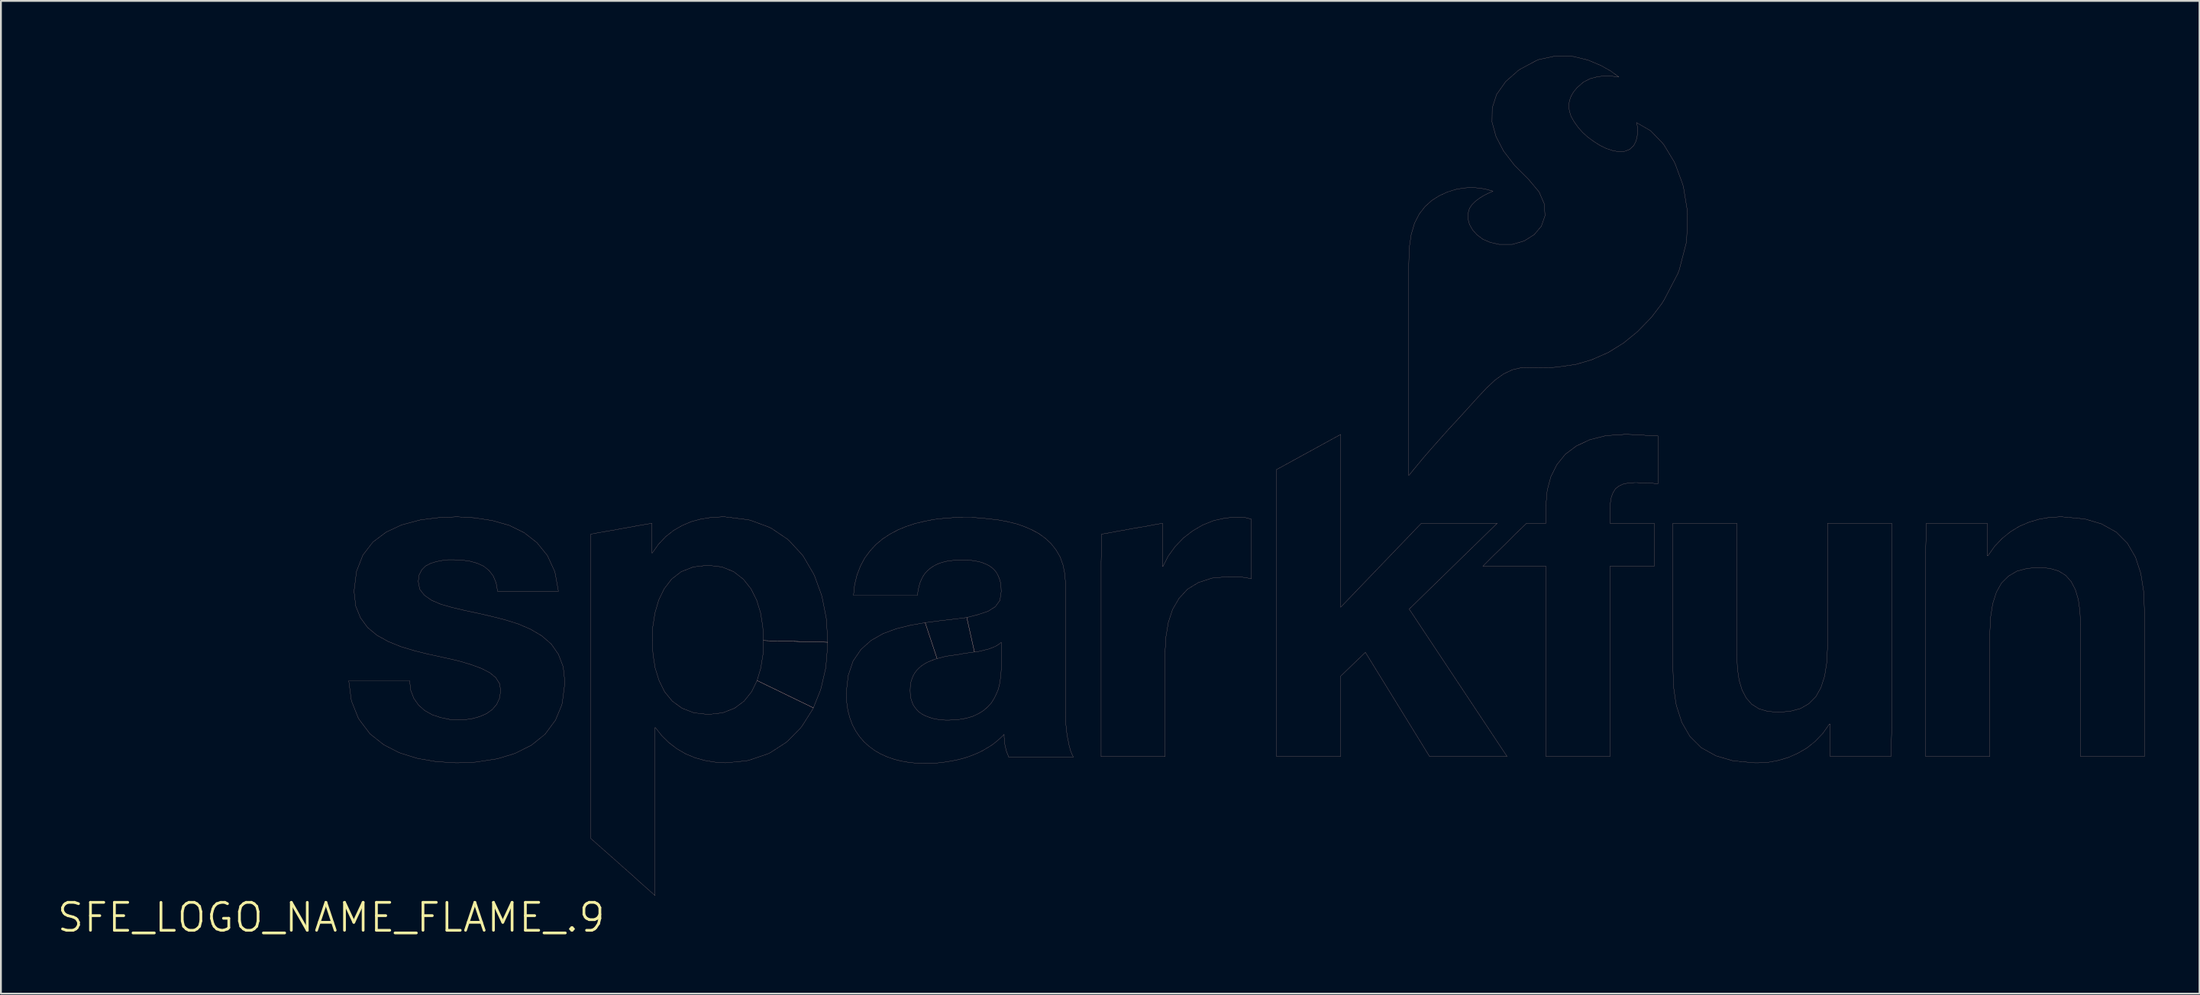
<source format=kicad_pcb>
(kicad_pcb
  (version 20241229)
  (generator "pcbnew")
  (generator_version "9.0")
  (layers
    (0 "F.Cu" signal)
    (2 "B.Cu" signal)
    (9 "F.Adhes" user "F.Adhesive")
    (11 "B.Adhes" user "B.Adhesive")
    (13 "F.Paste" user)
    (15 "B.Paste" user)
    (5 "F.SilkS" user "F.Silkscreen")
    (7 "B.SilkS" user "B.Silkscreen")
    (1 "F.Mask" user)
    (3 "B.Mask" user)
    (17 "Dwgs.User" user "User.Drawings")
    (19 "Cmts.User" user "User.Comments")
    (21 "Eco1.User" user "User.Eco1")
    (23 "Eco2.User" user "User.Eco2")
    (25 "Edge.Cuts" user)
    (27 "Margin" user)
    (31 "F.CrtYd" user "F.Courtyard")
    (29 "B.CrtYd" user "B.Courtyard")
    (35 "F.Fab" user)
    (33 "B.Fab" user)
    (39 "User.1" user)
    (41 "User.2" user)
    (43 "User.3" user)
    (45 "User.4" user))
  (footprint "SFE_LOGO_NAME_FLAME_.9"
    (layer "F.Cu")
    (at 15.022 47.012)
    (property "Reference" "SFE_LOGO_NAME_FLAME_.9" (at 0 0 0) (layer "F.SilkS") (effects (font (size 1.524 1.524) (thickness 0.15))))
    (attr exclude_from_pos_files exclude_from_bom)
    (fp_line (start 0.958 -12.918) (end 3.858 -12.918) (stroke (width 0.008) (type solid)) (layer "B.SilkS"))
    (fp_line (start 1.09 -11.9) (end 0.958 -12.918) (stroke (width 0.008) (type solid)) (layer "B.SilkS"))
    (fp_line (start 1.128 -11.758) (end 1.09 -11.9) (stroke (width 0.008) (type solid)) (layer "B.SilkS"))
    (fp_line (start 1.25 -17.77) (end 1.26 -17.92) (stroke (width 0.008) (type solid)) (layer "B.SilkS"))
    (fp_line (start 1.26 -17.92) (end 1.379 -18.88) (stroke (width 0.008) (type solid)) (layer "B.SilkS"))
    (fp_line (start 1.339 -16.988) (end 1.25 -17.77) (stroke (width 0.008) (type solid)) (layer "B.SilkS"))
    (fp_line (start 1.379 -18.88) (end 1.73 -19.779) (stroke (width 0.008) (type solid)) (layer "B.SilkS"))
    (fp_line (start 1.468 -10.909) (end 1.128 -11.758) (stroke (width 0.008) (type solid)) (layer "B.SilkS"))
    (fp_line (start 1.529 -10.798) (end 1.468 -10.909) (stroke (width 0.008) (type solid)) (layer "B.SilkS"))
    (fp_line (start 1.598 -16.35) (end 1.339 -16.988) (stroke (width 0.008) (type solid)) (layer "B.SilkS"))
    (fp_line (start 1.73 -19.779) (end 2.278 -20.488) (stroke (width 0.008) (type solid)) (layer "B.SilkS"))
    (fp_line (start 1.989 -15.819) (end 1.598 -16.35) (stroke (width 0.008) (type solid)) (layer "B.SilkS"))
    (fp_line (start 2.118 -10.018) (end 1.529 -10.798) (stroke (width 0.008) (type solid)) (layer "B.SilkS"))
    (fp_line (start 2.278 -20.488) (end 3 -21.029) (stroke (width 0.008) (type solid)) (layer "B.SilkS"))
    (fp_line (start 2.499 -15.397) (end 1.989 -15.819) (stroke (width 0.008) (type solid)) (layer "B.SilkS"))
    (fp_line (start 2.878 -9.418) (end 2.118 -10.018) (stroke (width 0.008) (type solid)) (layer "B.SilkS"))
    (fp_line (start 3 -21.029) (end 3.838 -21.42) (stroke (width 0.008) (type solid)) (layer "B.SilkS"))
    (fp_line (start 3.109 -15.06) (end 2.499 -15.397) (stroke (width 0.008) (type solid)) (layer "B.SilkS"))
    (fp_line (start 3.658 -9.02) (end 2.878 -9.418) (stroke (width 0.008) (type solid)) (layer "B.SilkS"))
    (fp_line (start 3.78 -8.969) (end 3.658 -9.02) (stroke (width 0.008) (type solid)) (layer "B.SilkS"))
    (fp_line (start 3.8 -14.778) (end 3.109 -15.06) (stroke (width 0.008) (type solid)) (layer "B.SilkS"))
    (fp_line (start 3.838 -21.42) (end 4.768 -21.669) (stroke (width 0.008) (type solid)) (layer "B.SilkS"))
    (fp_line (start 3.858 -12.918) (end 4.28 -12.918) (stroke (width 0.008) (type solid)) (layer "B.SilkS"))
    (fp_line (start 4.28 -12.918) (end 4.338 -12.398) (stroke (width 0.008) (type solid)) (layer "B.SilkS"))
    (fp_line (start 4.338 -12.398) (end 4.508 -11.958) (stroke (width 0.008) (type solid)) (layer "B.SilkS"))
    (fp_line (start 4.508 -11.958) (end 4.768 -11.587) (stroke (width 0.008) (type solid)) (layer "B.SilkS"))
    (fp_line (start 4.529 -14.559) (end 3.8 -14.778) (stroke (width 0.008) (type solid)) (layer "B.SilkS"))
    (fp_line (start 4.638 -8.7) (end 3.78 -8.969) (stroke (width 0.008) (type solid)) (layer "B.SilkS"))
    (fp_line (start 4.75 -18.339) (end 4.829 -17.91) (stroke (width 0.008) (type solid)) (layer "B.SilkS"))
    (fp_line (start 4.768 -21.669) (end 4.889 -21.699) (stroke (width 0.008) (type solid)) (layer "B.SilkS"))
    (fp_line (start 4.768 -11.587) (end 5.108 -11.288) (stroke (width 0.008) (type solid)) (layer "B.SilkS"))
    (fp_line (start 4.768 -8.669) (end 4.638 -8.7) (stroke (width 0.008) (type solid)) (layer "B.SilkS"))
    (fp_line (start 4.798 -18.689) (end 4.75 -18.339) (stroke (width 0.008) (type solid)) (layer "B.SilkS"))
    (fp_line (start 4.829 -17.91) (end 5.088 -17.579) (stroke (width 0.008) (type solid)) (layer "B.SilkS"))
    (fp_line (start 4.889 -21.699) (end 5.768 -21.808) (stroke (width 0.008) (type solid)) (layer "B.SilkS"))
    (fp_line (start 4.938 -18.969) (end 4.798 -18.689) (stroke (width 0.008) (type solid)) (layer "B.SilkS"))
    (fp_line (start 5.088 -17.579) (end 5.479 -17.308) (stroke (width 0.008) (type solid)) (layer "B.SilkS"))
    (fp_line (start 5.108 -11.288) (end 5.519 -11.059) (stroke (width 0.008) (type solid)) (layer "B.SilkS"))
    (fp_line (start 5.149 -19.18) (end 4.938 -18.969) (stroke (width 0.008) (type solid)) (layer "B.SilkS"))
    (fp_line (start 5.288 -14.369) (end 4.529 -14.559) (stroke (width 0.008) (type solid)) (layer "B.SilkS"))
    (fp_line (start 5.418 -19.319) (end 5.149 -19.18) (stroke (width 0.008) (type solid)) (layer "B.SilkS"))
    (fp_line (start 5.479 -17.308) (end 5.989 -17.089) (stroke (width 0.008) (type solid)) (layer "B.SilkS"))
    (fp_line (start 5.519 -11.059) (end 5.969 -10.909) (stroke (width 0.008) (type solid)) (layer "B.SilkS"))
    (fp_line (start 5.7 -8.509) (end 4.768 -8.669) (stroke (width 0.008) (type solid)) (layer "B.SilkS"))
    (fp_line (start 5.728 -19.418) (end 5.418 -19.319) (stroke (width 0.008) (type solid)) (layer "B.SilkS"))
    (fp_line (start 5.768 -21.808) (end 5.888 -21.819) (stroke (width 0.008) (type solid)) (layer "B.SilkS"))
    (fp_line (start 5.839 -8.499) (end 5.7 -8.509) (stroke (width 0.008) (type solid)) (layer "B.SilkS"))
    (fp_line (start 5.888 -21.819) (end 6.789 -21.859) (stroke (width 0.008) (type solid)) (layer "B.SilkS"))
    (fp_line (start 5.969 -10.909) (end 6.459 -10.808) (stroke (width 0.008) (type solid)) (layer "B.SilkS"))
    (fp_line (start 5.989 -17.089) (end 6.589 -16.919) (stroke (width 0.008) (type solid)) (layer "B.SilkS"))
    (fp_line (start 6.048 -19.479) (end 5.728 -19.418) (stroke (width 0.008) (type solid)) (layer "B.SilkS"))
    (fp_line (start 6.17 -14.178) (end 5.288 -14.369) (stroke (width 0.008) (type solid)) (layer "B.SilkS"))
    (fp_line (start 6.378 -19.52) (end 6.048 -19.479) (stroke (width 0.008) (type solid)) (layer "B.SilkS"))
    (fp_line (start 6.459 -10.808) (end 6.96 -10.78) (stroke (width 0.008) (type solid)) (layer "B.SilkS"))
    (fp_line (start 6.589 -16.919) (end 7.259 -16.759) (stroke (width 0.008) (type solid)) (layer "B.SilkS"))
    (fp_line (start 6.688 -19.52) (end 6.378 -19.52) (stroke (width 0.008) (type solid)) (layer "B.SilkS"))
    (fp_line (start 6.789 -21.859) (end 6.919 -21.859) (stroke (width 0.008) (type solid)) (layer "B.SilkS"))
    (fp_line (start 6.8 -8.438) (end 5.839 -8.499) (stroke (width 0.008) (type solid)) (layer "B.SilkS"))
    (fp_line (start 6.919 -21.859) (end 7.808 -21.808) (stroke (width 0.008) (type solid)) (layer "B.SilkS"))
    (fp_line (start 6.929 -8.438) (end 6.8 -8.438) (stroke (width 0.008) (type solid)) (layer "B.SilkS"))
    (fp_line (start 6.96 -13.998) (end 6.17 -14.178) (stroke (width 0.008) (type solid)) (layer "B.SilkS"))
    (fp_line (start 6.96 -10.78) (end 7.338 -10.798) (stroke (width 0.008) (type solid)) (layer "B.SilkS"))
    (fp_line (start 7.148 -19.5) (end 6.688 -19.52) (stroke (width 0.008) (type solid)) (layer "B.SilkS"))
    (fp_line (start 7.259 -16.759) (end 7.968 -16.609) (stroke (width 0.008) (type solid)) (layer "B.SilkS"))
    (fp_line (start 7.338 -10.798) (end 7.729 -10.858) (stroke (width 0.008) (type solid)) (layer "B.SilkS"))
    (fp_line (start 7.579 -19.439) (end 7.148 -19.5) (stroke (width 0.008) (type solid)) (layer "B.SilkS"))
    (fp_line (start 7.628 -13.8) (end 6.96 -13.998) (stroke (width 0.008) (type solid)) (layer "B.SilkS"))
    (fp_line (start 7.729 -10.858) (end 8.118 -10.968) (stroke (width 0.008) (type solid)) (layer "B.SilkS"))
    (fp_line (start 7.808 -21.808) (end 8.788 -21.659) (stroke (width 0.008) (type solid)) (layer "B.SilkS"))
    (fp_line (start 7.879 -8.479) (end 6.929 -8.438) (stroke (width 0.008) (type solid)) (layer "B.SilkS"))
    (fp_line (start 7.968 -19.329) (end 7.579 -19.439) (stroke (width 0.008) (type solid)) (layer "B.SilkS"))
    (fp_line (start 7.968 -16.609) (end 8.71 -16.439) (stroke (width 0.008) (type solid)) (layer "B.SilkS"))
    (fp_line (start 8.009 -8.499) (end 7.879 -8.479) (stroke (width 0.008) (type solid)) (layer "B.SilkS"))
    (fp_line (start 8.118 -10.968) (end 8.479 -11.128) (stroke (width 0.008) (type solid)) (layer "B.SilkS"))
    (fp_line (start 8.199 -13.589) (end 7.628 -13.8) (stroke (width 0.008) (type solid)) (layer "B.SilkS"))
    (fp_line (start 8.319 -19.169) (end 7.968 -19.329) (stroke (width 0.008) (type solid)) (layer "B.SilkS"))
    (fp_line (start 8.479 -11.128) (end 8.788 -11.349) (stroke (width 0.008) (type solid)) (layer "B.SilkS"))
    (fp_line (start 8.608 -18.938) (end 8.319 -19.169) (stroke (width 0.008) (type solid)) (layer "B.SilkS"))
    (fp_line (start 8.649 -13.358) (end 8.199 -13.589) (stroke (width 0.008) (type solid)) (layer "B.SilkS"))
    (fp_line (start 8.71 -16.439) (end 9.469 -16.248) (stroke (width 0.008) (type solid)) (layer "B.SilkS"))
    (fp_line (start 8.788 -21.659) (end 9.708 -21.399) (stroke (width 0.008) (type solid)) (layer "B.SilkS"))
    (fp_line (start 8.788 -11.349) (end 9.03 -11.628) (stroke (width 0.008) (type solid)) (layer "B.SilkS"))
    (fp_line (start 8.839 -18.639) (end 8.608 -18.938) (stroke (width 0.008) (type solid)) (layer "B.SilkS"))
    (fp_line (start 8.928 -8.639) (end 8.009 -8.499) (stroke (width 0.008) (type solid)) (layer "B.SilkS"))
    (fp_line (start 8.979 -13.089) (end 8.649 -13.358) (stroke (width 0.008) (type solid)) (layer "B.SilkS"))
    (fp_line (start 8.999 -18.258) (end 8.839 -18.639) (stroke (width 0.008) (type solid)) (layer "B.SilkS"))
    (fp_line (start 9.03 -11.628) (end 9.19 -11.979) (stroke (width 0.008) (type solid)) (layer "B.SilkS"))
    (fp_line (start 9.058 -8.659) (end 8.928 -8.639) (stroke (width 0.008) (type solid)) (layer "B.SilkS"))
    (fp_line (start 9.078 -17.798) (end 8.999 -18.258) (stroke (width 0.008) (type solid)) (layer "B.SilkS"))
    (fp_line (start 9.18 -12.769) (end 8.979 -13.089) (stroke (width 0.008) (type solid)) (layer "B.SilkS"))
    (fp_line (start 9.19 -11.979) (end 9.248 -12.398) (stroke (width 0.008) (type solid)) (layer "B.SilkS"))
    (fp_line (start 9.248 -12.398) (end 9.18 -12.769) (stroke (width 0.008) (type solid)) (layer "B.SilkS"))
    (fp_line (start 9.469 -16.248) (end 10.198 -16.02) (stroke (width 0.008) (type solid)) (layer "B.SilkS"))
    (fp_line (start 9.708 -21.399) (end 10.528 -20.998) (stroke (width 0.008) (type solid)) (layer "B.SilkS"))
    (fp_line (start 9.919 -8.918) (end 9.058 -8.659) (stroke (width 0.008) (type solid)) (layer "B.SilkS"))
    (fp_line (start 10.038 -8.959) (end 9.919 -8.918) (stroke (width 0.008) (type solid)) (layer "B.SilkS"))
    (fp_line (start 10.198 -16.02) (end 10.879 -15.728) (stroke (width 0.008) (type solid)) (layer "B.SilkS"))
    (fp_line (start 10.528 -20.998) (end 11.229 -20.45) (stroke (width 0.008) (type solid)) (layer "B.SilkS"))
    (fp_line (start 10.879 -15.728) (end 11.488 -15.37) (stroke (width 0.008) (type solid)) (layer "B.SilkS"))
    (fp_line (start 10.919 -9.398) (end 10.038 -8.959) (stroke (width 0.008) (type solid)) (layer "B.SilkS"))
    (fp_line (start 11.229 -20.45) (end 11.798 -19.748) (stroke (width 0.008) (type solid)) (layer "B.SilkS"))
    (fp_line (start 11.488 -15.37) (end 12.009 -14.92) (stroke (width 0.008) (type solid)) (layer "B.SilkS"))
    (fp_line (start 11.669 -10) (end 10.919 -9.398) (stroke (width 0.008) (type solid)) (layer "B.SilkS"))
    (fp_line (start 11.798 -19.748) (end 12.2 -18.87) (stroke (width 0.008) (type solid)) (layer "B.SilkS"))
    (fp_line (start 12.009 -14.92) (end 12.398 -14.359) (stroke (width 0.008) (type solid)) (layer "B.SilkS"))
    (fp_line (start 12.2 -18.87) (end 12.228 -18.738) (stroke (width 0.008) (type solid)) (layer "B.SilkS"))
    (fp_line (start 12.228 -18.738) (end 12.398 -17.798) (stroke (width 0.008) (type solid)) (layer "B.SilkS"))
    (fp_line (start 12.238 -10.77) (end 11.669 -10) (stroke (width 0.008) (type solid)) (layer "B.SilkS"))
    (fp_line (start 12.398 -17.798) (end 9.078 -17.798) (stroke (width 0.008) (type solid)) (layer "B.SilkS"))
    (fp_line (start 12.398 -14.359) (end 12.659 -13.678) (stroke (width 0.008) (type solid)) (layer "B.SilkS"))
    (fp_line (start 12.578 -11.587) (end 12.238 -10.77) (stroke (width 0.008) (type solid)) (layer "B.SilkS"))
    (fp_line (start 12.609 -11.72) (end 12.578 -11.587) (stroke (width 0.008) (type solid)) (layer "B.SilkS"))
    (fp_line (start 12.659 -13.678) (end 12.748 -12.868) (stroke (width 0.008) (type solid)) (layer "B.SilkS"))
    (fp_line (start 12.738 -12.718) (end 12.609 -11.72) (stroke (width 0.008) (type solid)) (layer "B.SilkS"))
    (fp_line (start 12.748 -12.868) (end 12.738 -12.718) (stroke (width 0.008) (type solid)) (layer "B.SilkS"))
    (fp_line (start 14.168 -20.919) (end 14.59 -20.998) (stroke (width 0.008) (type solid)) (layer "B.SilkS"))
    (fp_line (start 14.168 -4.308) (end 14.168 -20.919) (stroke (width 0.008) (type solid)) (layer "B.SilkS"))
    (fp_line (start 14.59 -20.998) (end 14.999 -21.069) (stroke (width 0.008) (type solid)) (layer "B.SilkS"))
    (fp_line (start 14.608 -3.919) (end 14.168 -4.308) (stroke (width 0.008) (type solid)) (layer "B.SilkS"))
    (fp_line (start 14.999 -21.069) (end 15.418 -21.138) (stroke (width 0.008) (type solid)) (layer "B.SilkS"))
    (fp_line (start 15.05 -3.528) (end 14.608 -3.919) (stroke (width 0.008) (type solid)) (layer "B.SilkS"))
    (fp_line (start 15.418 -21.138) (end 15.839 -21.219) (stroke (width 0.008) (type solid)) (layer "B.SilkS"))
    (fp_line (start 15.479 -3.15) (end 15.05 -3.528) (stroke (width 0.008) (type solid)) (layer "B.SilkS"))
    (fp_line (start 15.839 -21.219) (end 16.248 -21.288) (stroke (width 0.008) (type solid)) (layer "B.SilkS"))
    (fp_line (start 15.918 -2.758) (end 15.479 -3.15) (stroke (width 0.008) (type solid)) (layer "B.SilkS"))
    (fp_line (start 16.248 -21.288) (end 16.667 -21.369) (stroke (width 0.008) (type solid)) (layer "B.SilkS"))
    (fp_line (start 16.358 -2.37) (end 15.918 -2.758) (stroke (width 0.008) (type solid)) (layer "B.SilkS"))
    (fp_line (start 16.667 -21.369) (end 17.079 -21.438) (stroke (width 0.008) (type solid)) (layer "B.SilkS"))
    (fp_line (start 16.789 -1.979) (end 16.358 -2.37) (stroke (width 0.008) (type solid)) (layer "B.SilkS"))
    (fp_line (start 17.079 -21.438) (end 17.498 -21.509) (stroke (width 0.008) (type solid)) (layer "B.SilkS"))
    (fp_line (start 17.229 -1.587) (end 16.789 -1.979) (stroke (width 0.008) (type solid)) (layer "B.SilkS"))
    (fp_line (start 17.498 -21.509) (end 17.498 -19.888) (stroke (width 0.008) (type solid)) (layer "B.SilkS"))
    (fp_line (start 17.498 -19.888) (end 17.518 -19.888) (stroke (width 0.008) (type solid)) (layer "B.SilkS"))
    (fp_line (start 17.518 -19.888) (end 17.859 -20.368) (stroke (width 0.008) (type solid)) (layer "B.SilkS"))
    (fp_line (start 17.518 -15.108) (end 17.559 -14.348) (stroke (width 0.008) (type solid)) (layer "B.SilkS"))
    (fp_line (start 17.549 -15.878) (end 17.518 -15.108) (stroke (width 0.008) (type solid)) (layer "B.SilkS"))
    (fp_line (start 17.559 -14.348) (end 17.678 -13.609) (stroke (width 0.008) (type solid)) (layer "B.SilkS"))
    (fp_line (start 17.668 -16.629) (end 17.549 -15.878) (stroke (width 0.008) (type solid)) (layer "B.SilkS"))
    (fp_line (start 17.668 -10.358) (end 17.668 -1.199) (stroke (width 0.008) (type solid)) (layer "B.SilkS"))
    (fp_line (start 17.668 -1.199) (end 17.229 -1.587) (stroke (width 0.008) (type solid)) (layer "B.SilkS"))
    (fp_line (start 17.678 -13.609) (end 17.889 -12.929) (stroke (width 0.008) (type solid)) (layer "B.SilkS"))
    (fp_line (start 17.689 -10.358) (end 17.668 -10.358) (stroke (width 0.008) (type solid)) (layer "B.SilkS"))
    (fp_line (start 17.859 -20.368) (end 18.25 -20.78) (stroke (width 0.008) (type solid)) (layer "B.SilkS"))
    (fp_line (start 17.869 -17.318) (end 17.668 -16.629) (stroke (width 0.008) (type solid)) (layer "B.SilkS"))
    (fp_line (start 17.889 -12.929) (end 18.189 -12.319) (stroke (width 0.008) (type solid)) (layer "B.SilkS"))
    (fp_line (start 18.039 -9.919) (end 17.689 -10.358) (stroke (width 0.008) (type solid)) (layer "B.SilkS"))
    (fp_line (start 18.169 -17.937) (end 17.869 -17.318) (stroke (width 0.008) (type solid)) (layer "B.SilkS"))
    (fp_line (start 18.189 -12.319) (end 18.608 -11.808) (stroke (width 0.008) (type solid)) (layer "B.SilkS"))
    (fp_line (start 18.25 -20.78) (end 18.679 -21.118) (stroke (width 0.008) (type solid)) (layer "B.SilkS"))
    (fp_line (start 18.428 -9.538) (end 18.039 -9.919) (stroke (width 0.008) (type solid)) (layer "B.SilkS"))
    (fp_line (start 18.578 -18.468) (end 18.169 -17.937) (stroke (width 0.008) (type solid)) (layer "B.SilkS"))
    (fp_line (start 18.608 -11.808) (end 19.139 -11.42) (stroke (width 0.008) (type solid)) (layer "B.SilkS"))
    (fp_line (start 18.679 -21.118) (end 19.149 -21.389) (stroke (width 0.008) (type solid)) (layer "B.SilkS"))
    (fp_line (start 18.86 -9.207) (end 18.428 -9.538) (stroke (width 0.008) (type solid)) (layer "B.SilkS"))
    (fp_line (start 19.098 -18.87) (end 18.578 -18.468) (stroke (width 0.008) (type solid)) (layer "B.SilkS"))
    (fp_line (start 19.139 -11.42) (end 19.789 -11.168) (stroke (width 0.008) (type solid)) (layer "B.SilkS"))
    (fp_line (start 19.149 -21.389) (end 19.639 -21.598) (stroke (width 0.008) (type solid)) (layer "B.SilkS"))
    (fp_line (start 19.34 -8.928) (end 18.86 -9.207) (stroke (width 0.008) (type solid)) (layer "B.SilkS"))
    (fp_line (start 19.639 -21.598) (end 20.168 -21.74) (stroke (width 0.008) (type solid)) (layer "B.SilkS"))
    (fp_line (start 19.759 -19.129) (end 19.098 -18.87) (stroke (width 0.008) (type solid)) (layer "B.SilkS"))
    (fp_line (start 19.789 -11.168) (end 20.569 -11.079) (stroke (width 0.008) (type solid)) (layer "B.SilkS"))
    (fp_line (start 19.84 -8.72) (end 19.34 -8.928) (stroke (width 0.008) (type solid)) (layer "B.SilkS"))
    (fp_line (start 20.168 -21.74) (end 20.729 -21.829) (stroke (width 0.008) (type solid)) (layer "B.SilkS"))
    (fp_line (start 20.368 -8.57) (end 19.84 -8.72) (stroke (width 0.008) (type solid)) (layer "B.SilkS"))
    (fp_line (start 20.538 -19.218) (end 19.759 -19.129) (stroke (width 0.008) (type solid)) (layer "B.SilkS"))
    (fp_line (start 20.569 -11.079) (end 21.359 -11.168) (stroke (width 0.008) (type solid)) (layer "B.SilkS"))
    (fp_line (start 20.729 -21.829) (end 21.308 -21.859) (stroke (width 0.008) (type solid)) (layer "B.SilkS"))
    (fp_line (start 20.93 -8.479) (end 20.368 -8.57) (stroke (width 0.008) (type solid)) (layer "B.SilkS"))
    (fp_line (start 21.308 -21.859) (end 21.488 -21.859) (stroke (width 0.008) (type solid)) (layer "B.SilkS"))
    (fp_line (start 21.318 -19.129) (end 20.538 -19.218) (stroke (width 0.008) (type solid)) (layer "B.SilkS"))
    (fp_line (start 21.359 -11.168) (end 22.009 -11.42) (stroke (width 0.008) (type solid)) (layer "B.SilkS"))
    (fp_line (start 21.488 -21.859) (end 22.7 -21.709) (stroke (width 0.008) (type solid)) (layer "B.SilkS"))
    (fp_line (start 21.499 -8.438) (end 20.93 -8.479) (stroke (width 0.008) (type solid)) (layer "B.SilkS"))
    (fp_line (start 21.958 -18.87) (end 21.318 -19.129) (stroke (width 0.008) (type solid)) (layer "B.SilkS"))
    (fp_line (start 22.009 -11.42) (end 22.53 -11.808) (stroke (width 0.008) (type solid)) (layer "B.SilkS"))
    (fp_line (start 22.489 -18.458) (end 21.958 -18.87) (stroke (width 0.008) (type solid)) (layer "B.SilkS"))
    (fp_line (start 22.53 -11.808) (end 22.939 -12.319) (stroke (width 0.008) (type solid)) (layer "B.SilkS"))
    (fp_line (start 22.659 -8.55) (end 21.499 -8.438) (stroke (width 0.008) (type solid)) (layer "B.SilkS"))
    (fp_line (start 22.7 -21.709) (end 22.86 -21.679) (stroke (width 0.008) (type solid)) (layer "B.SilkS"))
    (fp_line (start 22.819 -8.588) (end 22.659 -8.55) (stroke (width 0.008) (type solid)) (layer "B.SilkS"))
    (fp_line (start 22.86 -21.679) (end 23.889 -21.298) (stroke (width 0.008) (type solid)) (layer "B.SilkS"))
    (fp_line (start 22.908 -17.93) (end 22.489 -18.458) (stroke (width 0.008) (type solid)) (layer "B.SilkS"))
    (fp_line (start 22.939 -12.319) (end 23.238 -12.929) (stroke (width 0.008) (type solid)) (layer "B.SilkS"))
    (fp_line (start 23.218 -17.308) (end 22.908 -17.93) (stroke (width 0.008) (type solid)) (layer "B.SilkS"))
    (fp_line (start 23.238 -12.929) (end 23.439 -13.609) (stroke (width 0.008) (type solid)) (layer "B.SilkS"))
    (fp_line (start 23.238 -12.929) (end 26.309 -11.438) (stroke (width 0.008) (type solid)) (layer "B.SilkS"))
    (fp_line (start 23.429 -16.619) (end 23.218 -17.308) (stroke (width 0.008) (type solid)) (layer "B.SilkS"))
    (fp_line (start 23.439 -13.609) (end 23.558 -14.348) (stroke (width 0.008) (type solid)) (layer "B.SilkS"))
    (fp_line (start 23.548 -15.878) (end 23.429 -16.619) (stroke (width 0.008) (type solid)) (layer "B.SilkS"))
    (fp_line (start 23.558 -14.348) (end 23.589 -15.108) (stroke (width 0.008) (type solid)) (layer "B.SilkS"))
    (fp_line (start 23.589 -15.108) (end 23.548 -15.878) (stroke (width 0.008) (type solid)) (layer "B.SilkS"))
    (fp_line (start 23.589 -15.108) (end 27.089 -15.019) (stroke (width 0.008) (type solid)) (layer "B.SilkS"))
    (fp_line (start 23.818 -8.928) (end 22.819 -8.588) (stroke (width 0.008) (type solid)) (layer "B.SilkS"))
    (fp_line (start 23.889 -21.298) (end 24.028 -21.229) (stroke (width 0.008) (type solid)) (layer "B.SilkS"))
    (fp_line (start 23.95 -8.989) (end 23.818 -8.928) (stroke (width 0.008) (type solid)) (layer "B.SilkS"))
    (fp_line (start 24.028 -21.229) (end 24.889 -20.648) (stroke (width 0.008) (type solid)) (layer "B.SilkS"))
    (fp_line (start 24.798 -9.538) (end 23.95 -8.989) (stroke (width 0.008) (type solid)) (layer "B.SilkS"))
    (fp_line (start 24.889 -20.648) (end 24.999 -20.549) (stroke (width 0.008) (type solid)) (layer "B.SilkS"))
    (fp_line (start 24.91 -9.629) (end 24.798 -9.538) (stroke (width 0.008) (type solid)) (layer "B.SilkS"))
    (fp_line (start 24.999 -20.549) (end 25.7 -19.789) (stroke (width 0.008) (type solid)) (layer "B.SilkS"))
    (fp_line (start 25.608 -10.338) (end 24.91 -9.629) (stroke (width 0.008) (type solid)) (layer "B.SilkS"))
    (fp_line (start 25.7 -19.789) (end 25.778 -19.68) (stroke (width 0.008) (type solid)) (layer "B.SilkS"))
    (fp_line (start 25.7 -10.46) (end 25.608 -10.338) (stroke (width 0.008) (type solid)) (layer "B.SilkS"))
    (fp_line (start 25.778 -19.68) (end 26.309 -18.768) (stroke (width 0.008) (type solid)) (layer "B.SilkS"))
    (fp_line (start 26.238 -11.308) (end 25.7 -10.46) (stroke (width 0.008) (type solid)) (layer "B.SilkS"))
    (fp_line (start 26.309 -18.768) (end 26.378 -18.628) (stroke (width 0.008) (type solid)) (layer "B.SilkS"))
    (fp_line (start 26.309 -11.438) (end 23.238 -12.929) (stroke (width 0.008) (type solid)) (layer "B.SilkS"))
    (fp_line (start 26.309 -11.438) (end 26.238 -11.308) (stroke (width 0.008) (type solid)) (layer "B.SilkS"))
    (fp_line (start 26.378 -18.628) (end 26.749 -17.61) (stroke (width 0.008) (type solid)) (layer "B.SilkS"))
    (fp_line (start 26.698 -12.408) (end 26.309 -11.438) (stroke (width 0.008) (type solid)) (layer "B.SilkS"))
    (fp_line (start 26.739 -12.558) (end 26.698 -12.408) (stroke (width 0.008) (type solid)) (layer "B.SilkS"))
    (fp_line (start 26.749 -17.61) (end 26.789 -17.46) (stroke (width 0.008) (type solid)) (layer "B.SilkS"))
    (fp_line (start 26.789 -17.46) (end 27.008 -16.35) (stroke (width 0.008) (type solid)) (layer "B.SilkS"))
    (fp_line (start 26.98 -13.599) (end 26.739 -12.558) (stroke (width 0.008) (type solid)) (layer "B.SilkS"))
    (fp_line (start 26.998 -13.759) (end 26.98 -13.599) (stroke (width 0.008) (type solid)) (layer "B.SilkS"))
    (fp_line (start 27.008 -16.35) (end 27.028 -16.19) (stroke (width 0.008) (type solid)) (layer "B.SilkS"))
    (fp_line (start 27.028 -16.19) (end 27.089 -15.019) (stroke (width 0.008) (type solid)) (layer "B.SilkS"))
    (fp_line (start 27.089 -15.019) (end 23.589 -15.108) (stroke (width 0.008) (type solid)) (layer "B.SilkS"))
    (fp_line (start 27.089 -15.019) (end 27.089 -14.859) (stroke (width 0.008) (type solid)) (layer "B.SilkS"))
    (fp_line (start 27.089 -14.859) (end 26.998 -13.759) (stroke (width 0.008) (type solid)) (layer "B.SilkS"))
    (fp_line (start 28.097 -12.22) (end 28.209 -13.198) (stroke (width 0.008) (type solid)) (layer "B.SilkS"))
    (fp_line (start 28.128 -11.748) (end 28.097 -12.22) (stroke (width 0.008) (type solid)) (layer "B.SilkS"))
    (fp_line (start 28.189 -11.308) (end 28.128 -11.748) (stroke (width 0.008) (type solid)) (layer "B.SilkS"))
    (fp_line (start 28.209 -13.198) (end 28.478 -13.998) (stroke (width 0.008) (type solid)) (layer "B.SilkS"))
    (fp_line (start 28.298 -10.899) (end 28.189 -11.308) (stroke (width 0.008) (type solid)) (layer "B.SilkS"))
    (fp_line (start 28.438 -10.518) (end 28.298 -10.899) (stroke (width 0.008) (type solid)) (layer "B.SilkS"))
    (fp_line (start 28.478 -13.998) (end 28.908 -14.628) (stroke (width 0.008) (type solid)) (layer "B.SilkS"))
    (fp_line (start 28.499 -17.579) (end 28.56 -18.158) (stroke (width 0.008) (type solid)) (layer "B.SilkS"))
    (fp_line (start 28.56 -18.158) (end 28.689 -18.689) (stroke (width 0.008) (type solid)) (layer "B.SilkS"))
    (fp_line (start 28.618 -10.178) (end 28.438 -10.518) (stroke (width 0.008) (type solid)) (layer "B.SilkS"))
    (fp_line (start 28.689 -18.689) (end 28.88 -19.18) (stroke (width 0.008) (type solid)) (layer "B.SilkS"))
    (fp_line (start 28.829 -9.868) (end 28.618 -10.178) (stroke (width 0.008) (type solid)) (layer "B.SilkS"))
    (fp_line (start 28.88 -19.18) (end 29.108 -19.609) (stroke (width 0.008) (type solid)) (layer "B.SilkS"))
    (fp_line (start 28.908 -14.628) (end 29.459 -15.118) (stroke (width 0.008) (type solid)) (layer "B.SilkS"))
    (fp_line (start 29.078 -9.578) (end 28.829 -9.868) (stroke (width 0.008) (type solid)) (layer "B.SilkS"))
    (fp_line (start 29.108 -19.609) (end 29.398 -20) (stroke (width 0.008) (type solid)) (layer "B.SilkS"))
    (fp_line (start 29.36 -9.329) (end 29.078 -9.578) (stroke (width 0.008) (type solid)) (layer "B.SilkS"))
    (fp_line (start 29.398 -20) (end 29.718 -20.348) (stroke (width 0.008) (type solid)) (layer "B.SilkS"))
    (fp_line (start 29.459 -15.118) (end 30.109 -15.489) (stroke (width 0.008) (type solid)) (layer "B.SilkS"))
    (fp_line (start 29.66 -9.108) (end 29.36 -9.329) (stroke (width 0.008) (type solid)) (layer "B.SilkS"))
    (fp_line (start 29.718 -20.348) (end 30.089 -20.658) (stroke (width 0.008) (type solid)) (layer "B.SilkS"))
    (fp_line (start 29.99 -8.918) (end 29.66 -9.108) (stroke (width 0.008) (type solid)) (layer "B.SilkS"))
    (fp_line (start 30.089 -20.658) (end 30.488 -20.919) (stroke (width 0.008) (type solid)) (layer "B.SilkS"))
    (fp_line (start 30.109 -15.489) (end 30.838 -15.758) (stroke (width 0.008) (type solid)) (layer "B.SilkS"))
    (fp_line (start 30.348 -8.758) (end 29.99 -8.918) (stroke (width 0.008) (type solid)) (layer "B.SilkS"))
    (fp_line (start 30.488 -20.919) (end 30.919 -21.148) (stroke (width 0.008) (type solid)) (layer "B.SilkS"))
    (fp_line (start 30.729 -8.628) (end 30.348 -8.758) (stroke (width 0.008) (type solid)) (layer "B.SilkS"))
    (fp_line (start 30.838 -15.758) (end 31.608 -15.949) (stroke (width 0.008) (type solid)) (layer "B.SilkS"))
    (fp_line (start 30.919 -21.148) (end 31.379 -21.339) (stroke (width 0.008) (type solid)) (layer "B.SilkS"))
    (fp_line (start 31.128 -8.529) (end 30.729 -8.628) (stroke (width 0.008) (type solid)) (layer "B.SilkS"))
    (fp_line (start 31.379 -21.339) (end 31.859 -21.499) (stroke (width 0.008) (type solid)) (layer "B.SilkS"))
    (fp_line (start 31.549 -8.458) (end 31.128 -8.529) (stroke (width 0.008) (type solid)) (layer "B.SilkS"))
    (fp_line (start 31.59 -12.388) (end 31.598 -12.169) (stroke (width 0.008) (type solid)) (layer "B.SilkS"))
    (fp_line (start 31.598 -12.619) (end 31.59 -12.388) (stroke (width 0.008) (type solid)) (layer "B.SilkS"))
    (fp_line (start 31.598 -12.169) (end 31.628 -11.958) (stroke (width 0.008) (type solid)) (layer "B.SilkS"))
    (fp_line (start 31.608 -15.949) (end 32.408 -16.088) (stroke (width 0.008) (type solid)) (layer "B.SilkS"))
    (fp_line (start 31.628 -12.84) (end 31.598 -12.619) (stroke (width 0.008) (type solid)) (layer "B.SilkS"))
    (fp_line (start 31.628 -11.958) (end 31.689 -11.768) (stroke (width 0.008) (type solid)) (layer "B.SilkS"))
    (fp_line (start 31.689 -13.028) (end 31.628 -12.84) (stroke (width 0.008) (type solid)) (layer "B.SilkS"))
    (fp_line (start 31.689 -11.768) (end 31.758 -11.598) (stroke (width 0.008) (type solid)) (layer "B.SilkS"))
    (fp_line (start 31.758 -13.198) (end 31.689 -13.028) (stroke (width 0.008) (type solid)) (layer "B.SilkS"))
    (fp_line (start 31.758 -11.598) (end 31.859 -11.448) (stroke (width 0.008) (type solid)) (layer "B.SilkS"))
    (fp_line (start 31.849 -13.358) (end 31.758 -13.198) (stroke (width 0.008) (type solid)) (layer "B.SilkS"))
    (fp_line (start 31.859 -21.499) (end 32.37 -21.618) (stroke (width 0.008) (type solid)) (layer "B.SilkS"))
    (fp_line (start 31.859 -11.448) (end 31.968 -11.318) (stroke (width 0.008) (type solid)) (layer "B.SilkS"))
    (fp_line (start 31.958 -13.498) (end 31.849 -13.358) (stroke (width 0.008) (type solid)) (layer "B.SilkS"))
    (fp_line (start 31.968 -11.318) (end 32.088 -11.199) (stroke (width 0.008) (type solid)) (layer "B.SilkS"))
    (fp_line (start 31.979 -8.418) (end 31.549 -8.458) (stroke (width 0.008) (type solid)) (layer "B.SilkS"))
    (fp_line (start 31.989 -17.579) (end 28.499 -17.579) (stroke (width 0.008) (type solid)) (layer "B.SilkS"))
    (fp_line (start 32.019 -17.828) (end 31.989 -17.579) (stroke (width 0.008) (type solid)) (layer "B.SilkS"))
    (fp_line (start 32.068 -18.049) (end 32.019 -17.828) (stroke (width 0.008) (type solid)) (layer "B.SilkS"))
    (fp_line (start 32.078 -13.619) (end 31.958 -13.498) (stroke (width 0.008) (type solid)) (layer "B.SilkS"))
    (fp_line (start 32.088 -11.199) (end 32.238 -11.1) (stroke (width 0.008) (type solid)) (layer "B.SilkS"))
    (fp_line (start 32.128 -18.268) (end 32.068 -18.049) (stroke (width 0.008) (type solid)) (layer "B.SilkS"))
    (fp_line (start 32.21 -18.458) (end 32.128 -18.268) (stroke (width 0.008) (type solid)) (layer "B.SilkS"))
    (fp_line (start 32.22 -13.739) (end 32.078 -13.619) (stroke (width 0.008) (type solid)) (layer "B.SilkS"))
    (fp_line (start 32.238 -11.1) (end 32.388 -11.019) (stroke (width 0.008) (type solid)) (layer "B.SilkS"))
    (fp_line (start 32.299 -18.628) (end 32.21 -18.458) (stroke (width 0.008) (type solid)) (layer "B.SilkS"))
    (fp_line (start 32.37 -21.618) (end 32.878 -21.72) (stroke (width 0.008) (type solid)) (layer "B.SilkS"))
    (fp_line (start 32.37 -13.838) (end 32.22 -13.739) (stroke (width 0.008) (type solid)) (layer "B.SilkS"))
    (fp_line (start 32.388 -11.019) (end 32.558 -10.95) (stroke (width 0.008) (type solid)) (layer "B.SilkS"))
    (fp_line (start 32.408 -18.788) (end 32.299 -18.628) (stroke (width 0.008) (type solid)) (layer "B.SilkS"))
    (fp_line (start 32.408 -16.088) (end 33.058 -14.127) (stroke (width 0.008) (type solid)) (layer "B.SilkS"))
    (fp_line (start 32.408 -16.088) (end 33.198 -16.19) (stroke (width 0.008) (type solid)) (layer "B.SilkS"))
    (fp_line (start 32.428 -8.41) (end 31.979 -8.418) (stroke (width 0.008) (type solid)) (layer "B.SilkS"))
    (fp_line (start 32.53 -13.929) (end 32.37 -13.838) (stroke (width 0.008) (type solid)) (layer "B.SilkS"))
    (fp_line (start 32.54 -18.928) (end 32.408 -18.788) (stroke (width 0.008) (type solid)) (layer "B.SilkS"))
    (fp_line (start 32.558 -10.95) (end 32.728 -10.889) (stroke (width 0.008) (type solid)) (layer "B.SilkS"))
    (fp_line (start 32.68 -19.05) (end 32.54 -18.928) (stroke (width 0.008) (type solid)) (layer "B.SilkS"))
    (fp_line (start 32.7 -13.998) (end 32.53 -13.929) (stroke (width 0.008) (type solid)) (layer "B.SilkS"))
    (fp_line (start 32.728 -10.889) (end 32.918 -10.838) (stroke (width 0.008) (type solid)) (layer "B.SilkS"))
    (fp_line (start 32.728 -8.41) (end 32.428 -8.41) (stroke (width 0.008) (type solid)) (layer "B.SilkS"))
    (fp_line (start 32.84 -19.159) (end 32.68 -19.05) (stroke (width 0.008) (type solid)) (layer "B.SilkS"))
    (fp_line (start 32.878 -21.72) (end 33.409 -21.778) (stroke (width 0.008) (type solid)) (layer "B.SilkS"))
    (fp_line (start 32.878 -14.069) (end 32.7 -13.998) (stroke (width 0.008) (type solid)) (layer "B.SilkS"))
    (fp_line (start 32.918 -10.838) (end 33.109 -10.808) (stroke (width 0.008) (type solid)) (layer "B.SilkS"))
    (fp_line (start 33 -19.248) (end 32.84 -19.159) (stroke (width 0.008) (type solid)) (layer "B.SilkS"))
    (fp_line (start 33.028 -8.428) (end 32.728 -8.41) (stroke (width 0.008) (type solid)) (layer "B.SilkS"))
    (fp_line (start 33.058 -14.127) (end 32.408 -16.088) (stroke (width 0.008) (type solid)) (layer "B.SilkS"))
    (fp_line (start 33.058 -14.127) (end 32.878 -14.069) (stroke (width 0.008) (type solid)) (layer "B.SilkS"))
    (fp_line (start 33.109 -10.808) (end 33.31 -10.78) (stroke (width 0.008) (type solid)) (layer "B.SilkS"))
    (fp_line (start 33.188 -19.329) (end 33 -19.248) (stroke (width 0.008) (type solid)) (layer "B.SilkS"))
    (fp_line (start 33.198 -16.19) (end 33.96 -16.279) (stroke (width 0.008) (type solid)) (layer "B.SilkS"))
    (fp_line (start 33.259 -14.178) (end 33.058 -14.127) (stroke (width 0.008) (type solid)) (layer "B.SilkS"))
    (fp_line (start 33.31 -10.78) (end 33.518 -10.77) (stroke (width 0.008) (type solid)) (layer "B.SilkS"))
    (fp_line (start 33.32 -8.458) (end 33.028 -8.428) (stroke (width 0.008) (type solid)) (layer "B.SilkS"))
    (fp_line (start 33.378 -19.388) (end 33.188 -19.329) (stroke (width 0.008) (type solid)) (layer "B.SilkS"))
    (fp_line (start 33.409 -21.778) (end 33.939 -21.819) (stroke (width 0.008) (type solid)) (layer "B.SilkS"))
    (fp_line (start 33.449 -14.229) (end 33.259 -14.178) (stroke (width 0.008) (type solid)) (layer "B.SilkS"))
    (fp_line (start 33.518 -10.77) (end 33.729 -10.77) (stroke (width 0.008) (type solid)) (layer "B.SilkS"))
    (fp_line (start 33.589 -19.439) (end 33.378 -19.388) (stroke (width 0.008) (type solid)) (layer "B.SilkS"))
    (fp_line (start 33.609 -8.499) (end 33.32 -8.458) (stroke (width 0.008) (type solid)) (layer "B.SilkS"))
    (fp_line (start 33.658 -14.27) (end 33.449 -14.229) (stroke (width 0.008) (type solid)) (layer "B.SilkS"))
    (fp_line (start 33.729 -10.77) (end 34.209 -10.798) (stroke (width 0.008) (type solid)) (layer "B.SilkS"))
    (fp_line (start 33.818 -19.469) (end 33.589 -19.439) (stroke (width 0.008) (type solid)) (layer "B.SilkS"))
    (fp_line (start 33.858 -14.298) (end 33.658 -14.27) (stroke (width 0.008) (type solid)) (layer "B.SilkS"))
    (fp_line (start 33.899 -8.55) (end 33.609 -8.499) (stroke (width 0.008) (type solid)) (layer "B.SilkS"))
    (fp_line (start 33.939 -21.819) (end 34.478 -21.829) (stroke (width 0.008) (type solid)) (layer "B.SilkS"))
    (fp_line (start 33.96 -16.279) (end 34.679 -16.368) (stroke (width 0.008) (type solid)) (layer "B.SilkS"))
    (fp_line (start 34.049 -19.5) (end 33.818 -19.469) (stroke (width 0.008) (type solid)) (layer "B.SilkS"))
    (fp_line (start 34.069 -14.328) (end 33.858 -14.298) (stroke (width 0.008) (type solid)) (layer "B.SilkS"))
    (fp_line (start 34.188 -8.608) (end 33.899 -8.55) (stroke (width 0.008) (type solid)) (layer "B.SilkS"))
    (fp_line (start 34.209 -10.798) (end 34.638 -10.869) (stroke (width 0.008) (type solid)) (layer "B.SilkS"))
    (fp_line (start 34.28 -14.359) (end 34.069 -14.328) (stroke (width 0.008) (type solid)) (layer "B.SilkS"))
    (fp_line (start 34.468 -8.679) (end 34.188 -8.608) (stroke (width 0.008) (type solid)) (layer "B.SilkS"))
    (fp_line (start 34.478 -21.829) (end 34.958 -21.829) (stroke (width 0.008) (type solid)) (layer "B.SilkS"))
    (fp_line (start 34.478 -14.399) (end 34.28 -14.359) (stroke (width 0.008) (type solid)) (layer "B.SilkS"))
    (fp_line (start 34.638 -10.869) (end 35.009 -10.978) (stroke (width 0.008) (type solid)) (layer "B.SilkS"))
    (fp_line (start 34.679 -16.368) (end 35.098 -14.488) (stroke (width 0.008) (type solid)) (layer "B.SilkS"))
    (fp_line (start 34.679 -16.368) (end 35.298 -16.528) (stroke (width 0.008) (type solid)) (layer "B.SilkS"))
    (fp_line (start 34.689 -14.43) (end 34.478 -14.399) (stroke (width 0.008) (type solid)) (layer "B.SilkS"))
    (fp_line (start 34.75 -19.5) (end 34.049 -19.5) (stroke (width 0.008) (type solid)) (layer "B.SilkS"))
    (fp_line (start 34.75 -8.768) (end 34.468 -8.679) (stroke (width 0.008) (type solid)) (layer "B.SilkS"))
    (fp_line (start 34.9 -14.458) (end 34.689 -14.43) (stroke (width 0.008) (type solid)) (layer "B.SilkS"))
    (fp_line (start 34.958 -21.829) (end 35.448 -21.798) (stroke (width 0.008) (type solid)) (layer "B.SilkS"))
    (fp_line (start 34.968 -19.479) (end 34.75 -19.5) (stroke (width 0.008) (type solid)) (layer "B.SilkS"))
    (fp_line (start 35.009 -10.978) (end 35.329 -11.128) (stroke (width 0.008) (type solid)) (layer "B.SilkS"))
    (fp_line (start 35.029 -8.87) (end 34.75 -8.768) (stroke (width 0.008) (type solid)) (layer "B.SilkS"))
    (fp_line (start 35.098 -14.488) (end 34.679 -16.368) (stroke (width 0.008) (type solid)) (layer "B.SilkS"))
    (fp_line (start 35.098 -14.488) (end 34.9 -14.458) (stroke (width 0.008) (type solid)) (layer "B.SilkS"))
    (fp_line (start 35.169 -19.449) (end 34.968 -19.479) (stroke (width 0.008) (type solid)) (layer "B.SilkS"))
    (fp_line (start 35.288 -14.508) (end 35.098 -14.488) (stroke (width 0.008) (type solid)) (layer "B.SilkS"))
    (fp_line (start 35.288 -8.979) (end 35.029 -8.87) (stroke (width 0.008) (type solid)) (layer "B.SilkS"))
    (fp_line (start 35.298 -16.528) (end 35.839 -16.708) (stroke (width 0.008) (type solid)) (layer "B.SilkS"))
    (fp_line (start 35.329 -11.128) (end 35.598 -11.298) (stroke (width 0.008) (type solid)) (layer "B.SilkS"))
    (fp_line (start 35.37 -19.408) (end 35.169 -19.449) (stroke (width 0.008) (type solid)) (layer "B.SilkS"))
    (fp_line (start 35.448 -21.798) (end 35.928 -21.747) (stroke (width 0.008) (type solid)) (layer "B.SilkS"))
    (fp_line (start 35.479 -14.549) (end 35.288 -14.508) (stroke (width 0.008) (type solid)) (layer "B.SilkS"))
    (fp_line (start 35.55 -9.108) (end 35.288 -8.979) (stroke (width 0.008) (type solid)) (layer "B.SilkS"))
    (fp_line (start 35.56 -19.35) (end 35.37 -19.408) (stroke (width 0.008) (type solid)) (layer "B.SilkS"))
    (fp_line (start 35.598 -11.298) (end 35.829 -11.499) (stroke (width 0.008) (type solid)) (layer "B.SilkS"))
    (fp_line (start 35.669 -14.6) (end 35.479 -14.549) (stroke (width 0.008) (type solid)) (layer "B.SilkS"))
    (fp_line (start 35.728 -19.279) (end 35.56 -19.35) (stroke (width 0.008) (type solid)) (layer "B.SilkS"))
    (fp_line (start 35.799 -9.258) (end 35.55 -9.108) (stroke (width 0.008) (type solid)) (layer "B.SilkS"))
    (fp_line (start 35.829 -11.499) (end 36.02 -11.709) (stroke (width 0.008) (type solid)) (layer "B.SilkS"))
    (fp_line (start 35.839 -16.708) (end 36.238 -16.96) (stroke (width 0.008) (type solid)) (layer "B.SilkS"))
    (fp_line (start 35.839 -14.638) (end 35.669 -14.6) (stroke (width 0.008) (type solid)) (layer "B.SilkS"))
    (fp_line (start 35.888 -19.2) (end 35.728 -19.279) (stroke (width 0.008) (type solid)) (layer "B.SilkS"))
    (fp_line (start 35.928 -21.747) (end 36.419 -21.689) (stroke (width 0.008) (type solid)) (layer "B.SilkS"))
    (fp_line (start 36.01 -14.699) (end 35.839 -14.638) (stroke (width 0.008) (type solid)) (layer "B.SilkS"))
    (fp_line (start 36.02 -11.709) (end 36.17 -11.948) (stroke (width 0.008) (type solid)) (layer "B.SilkS"))
    (fp_line (start 36.038 -19.098) (end 35.888 -19.2) (stroke (width 0.008) (type solid)) (layer "B.SilkS"))
    (fp_line (start 36.048 -9.408) (end 35.799 -9.258) (stroke (width 0.008) (type solid)) (layer "B.SilkS"))
    (fp_line (start 36.159 -14.76) (end 36.01 -14.699) (stroke (width 0.008) (type solid)) (layer "B.SilkS"))
    (fp_line (start 36.17 -18.979) (end 36.038 -19.098) (stroke (width 0.008) (type solid)) (layer "B.SilkS"))
    (fp_line (start 36.17 -11.948) (end 36.289 -12.189) (stroke (width 0.008) (type solid)) (layer "B.SilkS"))
    (fp_line (start 36.238 -16.96) (end 36.49 -17.308) (stroke (width 0.008) (type solid)) (layer "B.SilkS"))
    (fp_line (start 36.279 -9.588) (end 36.048 -9.408) (stroke (width 0.008) (type solid)) (layer "B.SilkS"))
    (fp_line (start 36.289 -18.839) (end 36.17 -18.979) (stroke (width 0.008) (type solid)) (layer "B.SilkS"))
    (fp_line (start 36.289 -12.189) (end 36.388 -12.428) (stroke (width 0.008) (type solid)) (layer "B.SilkS"))
    (fp_line (start 36.309 -14.829) (end 36.159 -14.76) (stroke (width 0.008) (type solid)) (layer "B.SilkS"))
    (fp_line (start 36.378 -18.679) (end 36.289 -18.839) (stroke (width 0.008) (type solid)) (layer "B.SilkS"))
    (fp_line (start 36.388 -12.428) (end 36.459 -12.68) (stroke (width 0.008) (type solid)) (layer "B.SilkS"))
    (fp_line (start 36.419 -21.689) (end 36.899 -21.598) (stroke (width 0.008) (type solid)) (layer "B.SilkS"))
    (fp_line (start 36.439 -14.92) (end 36.309 -14.829) (stroke (width 0.008) (type solid)) (layer "B.SilkS"))
    (fp_line (start 36.459 -18.489) (end 36.378 -18.679) (stroke (width 0.008) (type solid)) (layer "B.SilkS"))
    (fp_line (start 36.459 -12.68) (end 36.5 -12.918) (stroke (width 0.008) (type solid)) (layer "B.SilkS"))
    (fp_line (start 36.49 -17.308) (end 36.558 -17.78) (stroke (width 0.008) (type solid)) (layer "B.SilkS"))
    (fp_line (start 36.5 -12.918) (end 36.528 -13.139) (stroke (width 0.008) (type solid)) (layer "B.SilkS"))
    (fp_line (start 36.5 -9.779) (end 36.279 -9.588) (stroke (width 0.008) (type solid)) (layer "B.SilkS"))
    (fp_line (start 36.518 -18.278) (end 36.459 -18.489) (stroke (width 0.008) (type solid)) (layer "B.SilkS"))
    (fp_line (start 36.528 -13.139) (end 36.548 -13.348) (stroke (width 0.008) (type solid)) (layer "B.SilkS"))
    (fp_line (start 36.548 -18.049) (end 36.518 -18.278) (stroke (width 0.008) (type solid)) (layer "B.SilkS"))
    (fp_line (start 36.548 -13.348) (end 36.558 -13.538) (stroke (width 0.008) (type solid)) (layer "B.SilkS"))
    (fp_line (start 36.558 -17.78) (end 36.548 -18.049) (stroke (width 0.008) (type solid)) (layer "B.SilkS"))
    (fp_line (start 36.558 -15.009) (end 36.439 -14.92) (stroke (width 0.008) (type solid)) (layer "B.SilkS"))
    (fp_line (start 36.558 -13.538) (end 36.558 -15.009) (stroke (width 0.008) (type solid)) (layer "B.SilkS"))
    (fp_line (start 36.718 -9.99) (end 36.5 -9.779) (stroke (width 0.008) (type solid)) (layer "B.SilkS"))
    (fp_line (start 36.718 -9.83) (end 36.718 -9.99) (stroke (width 0.008) (type solid)) (layer "B.SilkS"))
    (fp_line (start 36.728 -9.759) (end 36.718 -9.83) (stroke (width 0.008) (type solid)) (layer "B.SilkS"))
    (fp_line (start 36.728 -9.68) (end 36.728 -9.759) (stroke (width 0.008) (type solid)) (layer "B.SilkS"))
    (fp_line (start 36.739 -9.599) (end 36.728 -9.68) (stroke (width 0.008) (type solid)) (layer "B.SilkS"))
    (fp_line (start 36.749 -9.52) (end 36.739 -9.599) (stroke (width 0.008) (type solid)) (layer "B.SilkS"))
    (fp_line (start 36.759 -9.439) (end 36.749 -9.52) (stroke (width 0.008) (type solid)) (layer "B.SilkS"))
    (fp_line (start 36.769 -9.368) (end 36.759 -9.439) (stroke (width 0.008) (type solid)) (layer "B.SilkS"))
    (fp_line (start 36.789 -9.289) (end 36.769 -9.368) (stroke (width 0.008) (type solid)) (layer "B.SilkS"))
    (fp_line (start 36.81 -9.207) (end 36.789 -9.289) (stroke (width 0.008) (type solid)) (layer "B.SilkS"))
    (fp_line (start 36.83 -9.129) (end 36.81 -9.207) (stroke (width 0.008) (type solid)) (layer "B.SilkS"))
    (fp_line (start 36.848 -9.058) (end 36.83 -9.129) (stroke (width 0.008) (type solid)) (layer "B.SilkS"))
    (fp_line (start 36.878 -8.979) (end 36.848 -9.058) (stroke (width 0.008) (type solid)) (layer "B.SilkS"))
    (fp_line (start 36.899 -21.598) (end 37.358 -21.488) (stroke (width 0.008) (type solid)) (layer "B.SilkS"))
    (fp_line (start 36.909 -8.908) (end 36.878 -8.979) (stroke (width 0.008) (type solid)) (layer "B.SilkS"))
    (fp_line (start 36.939 -8.829) (end 36.909 -8.908) (stroke (width 0.008) (type solid)) (layer "B.SilkS"))
    (fp_line (start 36.96 -8.758) (end 36.939 -8.829) (stroke (width 0.008) (type solid)) (layer "B.SilkS"))
    (fp_line (start 37.358 -21.488) (end 37.798 -21.339) (stroke (width 0.008) (type solid)) (layer "B.SilkS"))
    (fp_line (start 37.798 -21.339) (end 38.219 -21.158) (stroke (width 0.008) (type solid)) (layer "B.SilkS"))
    (fp_line (start 38.219 -21.158) (end 38.608 -20.95) (stroke (width 0.008) (type solid)) (layer "B.SilkS"))
    (fp_line (start 38.608 -20.95) (end 38.969 -20.688) (stroke (width 0.008) (type solid)) (layer "B.SilkS"))
    (fp_line (start 38.969 -20.688) (end 39.279 -20.399) (stroke (width 0.008) (type solid)) (layer "B.SilkS"))
    (fp_line (start 39.279 -20.399) (end 39.548 -20.058) (stroke (width 0.008) (type solid)) (layer "B.SilkS"))
    (fp_line (start 39.548 -20.058) (end 39.769 -19.68) (stroke (width 0.008) (type solid)) (layer "B.SilkS"))
    (fp_line (start 39.769 -19.68) (end 39.929 -19.238) (stroke (width 0.008) (type solid)) (layer "B.SilkS"))
    (fp_line (start 39.929 -19.238) (end 40.028 -18.748) (stroke (width 0.008) (type solid)) (layer "B.SilkS"))
    (fp_line (start 40.028 -18.748) (end 40.069 -18.209) (stroke (width 0.008) (type solid)) (layer "B.SilkS"))
    (fp_line (start 40.069 -18.209) (end 40.069 -11.158) (stroke (width 0.008) (type solid)) (layer "B.SilkS"))
    (fp_line (start 40.069 -11.158) (end 40.079 -10.94) (stroke (width 0.008) (type solid)) (layer "B.SilkS"))
    (fp_line (start 40.079 -10.94) (end 40.079 -10.729) (stroke (width 0.008) (type solid)) (layer "B.SilkS"))
    (fp_line (start 40.079 -10.729) (end 40.089 -10.518) (stroke (width 0.008) (type solid)) (layer "B.SilkS"))
    (fp_line (start 40.089 -10.518) (end 40.109 -10.317) (stroke (width 0.008) (type solid)) (layer "B.SilkS"))
    (fp_line (start 40.109 -10.317) (end 40.129 -10.119) (stroke (width 0.008) (type solid)) (layer "B.SilkS"))
    (fp_line (start 40.129 -10.119) (end 40.16 -9.929) (stroke (width 0.008) (type solid)) (layer "B.SilkS"))
    (fp_line (start 40.16 -9.929) (end 40.188 -9.749) (stroke (width 0.008) (type solid)) (layer "B.SilkS"))
    (fp_line (start 40.188 -9.749) (end 40.229 -9.578) (stroke (width 0.008) (type solid)) (layer "B.SilkS"))
    (fp_line (start 40.229 -9.578) (end 40.259 -9.408) (stroke (width 0.008) (type solid)) (layer "B.SilkS"))
    (fp_line (start 40.259 -9.408) (end 40.3 -9.258) (stroke (width 0.008) (type solid)) (layer "B.SilkS"))
    (fp_line (start 40.3 -9.258) (end 40.338 -9.108) (stroke (width 0.008) (type solid)) (layer "B.SilkS"))
    (fp_line (start 40.338 -9.108) (end 40.389 -8.979) (stroke (width 0.008) (type solid)) (layer "B.SilkS"))
    (fp_line (start 40.389 -8.979) (end 40.439 -8.86) (stroke (width 0.008) (type solid)) (layer "B.SilkS"))
    (fp_line (start 40.439 -8.86) (end 40.498 -8.758) (stroke (width 0.008) (type solid)) (layer "B.SilkS"))
    (fp_line (start 40.498 -8.758) (end 36.96 -8.758) (stroke (width 0.008) (type solid)) (layer "B.SilkS"))
    (fp_line (start 42.009 -19.398) (end 42.04 -20.919) (stroke (width 0.008) (type solid)) (layer "B.SilkS"))
    (fp_line (start 42.009 -8.778) (end 42.009 -19.398) (stroke (width 0.008) (type solid)) (layer "B.SilkS"))
    (fp_line (start 42.04 -20.919) (end 42.448 -20.988) (stroke (width 0.008) (type solid)) (layer "B.SilkS"))
    (fp_line (start 42.448 -20.988) (end 42.868 -21.069) (stroke (width 0.008) (type solid)) (layer "B.SilkS"))
    (fp_line (start 42.868 -21.069) (end 43.279 -21.138) (stroke (width 0.008) (type solid)) (layer "B.SilkS"))
    (fp_line (start 43.279 -21.138) (end 43.698 -21.219) (stroke (width 0.008) (type solid)) (layer "B.SilkS"))
    (fp_line (start 43.698 -21.219) (end 44.11 -21.288) (stroke (width 0.008) (type solid)) (layer "B.SilkS"))
    (fp_line (start 44.11 -21.288) (end 44.529 -21.359) (stroke (width 0.008) (type solid)) (layer "B.SilkS"))
    (fp_line (start 44.529 -21.359) (end 44.938 -21.438) (stroke (width 0.008) (type solid)) (layer "B.SilkS"))
    (fp_line (start 44.938 -21.438) (end 45.359 -21.509) (stroke (width 0.008) (type solid)) (layer "B.SilkS"))
    (fp_line (start 45.359 -21.509) (end 45.359 -19.149) (stroke (width 0.008) (type solid)) (layer "B.SilkS"))
    (fp_line (start 45.359 -19.149) (end 45.38 -19.149) (stroke (width 0.008) (type solid)) (layer "B.SilkS"))
    (fp_line (start 45.38 -19.149) (end 45.669 -19.718) (stroke (width 0.008) (type solid)) (layer "B.SilkS"))
    (fp_line (start 45.499 -14.519) (end 45.499 -8.778) (stroke (width 0.008) (type solid)) (layer "B.SilkS"))
    (fp_line (start 45.499 -8.778) (end 42.009 -8.778) (stroke (width 0.008) (type solid)) (layer "B.SilkS"))
    (fp_line (start 45.55 -15.339) (end 45.499 -14.519) (stroke (width 0.008) (type solid)) (layer "B.SilkS"))
    (fp_line (start 45.669 -19.718) (end 46.048 -20.239) (stroke (width 0.008) (type solid)) (layer "B.SilkS"))
    (fp_line (start 45.679 -16.109) (end 45.55 -15.339) (stroke (width 0.008) (type solid)) (layer "B.SilkS"))
    (fp_line (start 45.908 -16.81) (end 45.679 -16.109) (stroke (width 0.008) (type solid)) (layer "B.SilkS"))
    (fp_line (start 46.048 -20.239) (end 46.5 -20.709) (stroke (width 0.008) (type solid)) (layer "B.SilkS"))
    (fp_line (start 46.258 -17.409) (end 45.908 -16.81) (stroke (width 0.008) (type solid)) (layer "B.SilkS"))
    (fp_line (start 46.5 -20.709) (end 47.008 -21.1) (stroke (width 0.008) (type solid)) (layer "B.SilkS"))
    (fp_line (start 46.718 -17.91) (end 46.258 -17.409) (stroke (width 0.008) (type solid)) (layer "B.SilkS"))
    (fp_line (start 47.008 -21.1) (end 47.559 -21.42) (stroke (width 0.008) (type solid)) (layer "B.SilkS"))
    (fp_line (start 47.318 -18.278) (end 46.718 -17.91) (stroke (width 0.008) (type solid)) (layer "B.SilkS"))
    (fp_line (start 47.559 -21.42) (end 48.158 -21.659) (stroke (width 0.008) (type solid)) (layer "B.SilkS"))
    (fp_line (start 48.059 -18.519) (end 47.318 -18.278) (stroke (width 0.008) (type solid)) (layer "B.SilkS"))
    (fp_line (start 48.158 -21.659) (end 48.788 -21.798) (stroke (width 0.008) (type solid)) (layer "B.SilkS"))
    (fp_line (start 48.788 -21.798) (end 49.439 -21.849) (stroke (width 0.008) (type solid)) (layer "B.SilkS"))
    (fp_line (start 48.948 -18.598) (end 48.059 -18.519) (stroke (width 0.008) (type solid)) (layer "B.SilkS"))
    (fp_line (start 49.279 -18.598) (end 48.948 -18.598) (stroke (width 0.008) (type solid)) (layer "B.SilkS"))
    (fp_line (start 49.439 -21.849) (end 49.639 -21.849) (stroke (width 0.008) (type solid)) (layer "B.SilkS"))
    (fp_line (start 49.449 -18.588) (end 49.279 -18.598) (stroke (width 0.008) (type solid)) (layer "B.SilkS"))
    (fp_line (start 49.619 -18.578) (end 49.449 -18.588) (stroke (width 0.008) (type solid)) (layer "B.SilkS"))
    (fp_line (start 49.639 -21.849) (end 49.738 -21.839) (stroke (width 0.008) (type solid)) (layer "B.SilkS"))
    (fp_line (start 49.738 -21.839) (end 49.83 -21.829) (stroke (width 0.008) (type solid)) (layer "B.SilkS"))
    (fp_line (start 49.779 -18.56) (end 49.619 -18.578) (stroke (width 0.008) (type solid)) (layer "B.SilkS"))
    (fp_line (start 49.83 -21.829) (end 49.929 -21.808) (stroke (width 0.008) (type solid)) (layer "B.SilkS"))
    (fp_line (start 49.929 -21.808) (end 50.018 -21.788) (stroke (width 0.008) (type solid)) (layer "B.SilkS"))
    (fp_line (start 49.929 -18.539) (end 49.779 -18.56) (stroke (width 0.008) (type solid)) (layer "B.SilkS"))
    (fp_line (start 50.018 -21.788) (end 50.109 -21.758) (stroke (width 0.008) (type solid)) (layer "B.SilkS"))
    (fp_line (start 50.079 -18.509) (end 49.929 -18.539) (stroke (width 0.008) (type solid)) (layer "B.SilkS"))
    (fp_line (start 50.109 -21.758) (end 50.208 -21.73) (stroke (width 0.008) (type solid)) (layer "B.SilkS"))
    (fp_line (start 50.208 -21.73) (end 50.208 -18.479) (stroke (width 0.008) (type solid)) (layer "B.SilkS"))
    (fp_line (start 50.208 -18.479) (end 50.079 -18.509) (stroke (width 0.008) (type solid)) (layer "B.SilkS"))
    (fp_line (start 51.58 -24.44) (end 55.08 -26.358) (stroke (width 0.008) (type solid)) (layer "B.SilkS"))
    (fp_line (start 51.58 -8.788) (end 51.58 -24.44) (stroke (width 0.008) (type solid)) (layer "B.SilkS"))
    (fp_line (start 55.08 -26.358) (end 55.08 -16.929) (stroke (width 0.008) (type solid)) (layer "B.SilkS"))
    (fp_line (start 55.08 -16.929) (end 59.479 -21.509) (stroke (width 0.008) (type solid)) (layer "B.SilkS"))
    (fp_line (start 55.08 -13.17) (end 55.08 -8.788) (stroke (width 0.008) (type solid)) (layer "B.SilkS"))
    (fp_line (start 55.08 -8.788) (end 51.58 -8.788) (stroke (width 0.008) (type solid)) (layer "B.SilkS"))
    (fp_line (start 56.429 -14.468) (end 55.08 -13.17) (stroke (width 0.008) (type solid)) (layer "B.SilkS"))
    (fp_line (start 58.798 -35.659) (end 58.798 -24.12) (stroke (width 0.008) (type solid)) (layer "B.SilkS"))
    (fp_line (start 58.798 -24.12) (end 58.859 -24.188) (stroke (width 0.008) (type solid)) (layer "B.SilkS"))
    (fp_line (start 58.819 -36.518) (end 58.798 -35.659) (stroke (width 0.008) (type solid)) (layer "B.SilkS"))
    (fp_line (start 58.819 -16.828) (end 64.158 -8.788) (stroke (width 0.008) (type solid)) (layer "B.SilkS"))
    (fp_line (start 58.859 -24.188) (end 59.019 -24.389) (stroke (width 0.008) (type solid)) (layer "B.SilkS"))
    (fp_line (start 58.928 -37.259) (end 58.819 -36.518) (stroke (width 0.008) (type solid)) (layer "B.SilkS"))
    (fp_line (start 59.019 -24.389) (end 59.268 -24.689) (stroke (width 0.008) (type solid)) (layer "B.SilkS"))
    (fp_line (start 59.108 -37.879) (end 58.928 -37.259) (stroke (width 0.008) (type solid)) (layer "B.SilkS"))
    (fp_line (start 59.268 -24.689) (end 59.599 -25.088) (stroke (width 0.008) (type solid)) (layer "B.SilkS"))
    (fp_line (start 59.37 -38.39) (end 59.108 -37.879) (stroke (width 0.008) (type solid)) (layer "B.SilkS"))
    (fp_line (start 59.479 -21.509) (end 63.619 -21.509) (stroke (width 0.008) (type solid)) (layer "B.SilkS"))
    (fp_line (start 59.599 -25.088) (end 60 -25.55) (stroke (width 0.008) (type solid)) (layer "B.SilkS"))
    (fp_line (start 59.69 -38.798) (end 59.37 -38.39) (stroke (width 0.008) (type solid)) (layer "B.SilkS"))
    (fp_line (start 59.929 -8.788) (end 56.429 -14.468) (stroke (width 0.008) (type solid)) (layer "B.SilkS"))
    (fp_line (start 60 -25.55) (end 60.46 -26.068) (stroke (width 0.008) (type solid)) (layer "B.SilkS"))
    (fp_line (start 60.058 -39.129) (end 59.69 -38.798) (stroke (width 0.008) (type solid)) (layer "B.SilkS"))
    (fp_line (start 60.46 -26.068) (end 60.96 -26.629) (stroke (width 0.008) (type solid)) (layer "B.SilkS"))
    (fp_line (start 60.47 -39.388) (end 60.058 -39.129) (stroke (width 0.008) (type solid)) (layer "B.SilkS"))
    (fp_line (start 60.909 -39.588) (end 60.47 -39.388) (stroke (width 0.008) (type solid)) (layer "B.SilkS"))
    (fp_line (start 60.96 -26.629) (end 61.498 -27.208) (stroke (width 0.008) (type solid)) (layer "B.SilkS"))
    (fp_line (start 61.399 -39.738) (end 60.909 -39.588) (stroke (width 0.008) (type solid)) (layer "B.SilkS"))
    (fp_line (start 61.498 -27.208) (end 62.07 -27.838) (stroke (width 0.008) (type solid)) (layer "B.SilkS"))
    (fp_line (start 61.859 -39.809) (end 61.399 -39.738) (stroke (width 0.008) (type solid)) (layer "B.SilkS"))
    (fp_line (start 62.029 -38.417) (end 62.108 -38.689) (stroke (width 0.008) (type solid)) (layer "B.SilkS"))
    (fp_line (start 62.029 -38.118) (end 62.029 -38.417) (stroke (width 0.008) (type solid)) (layer "B.SilkS"))
    (fp_line (start 62.07 -27.838) (end 62.588 -28.41) (stroke (width 0.008) (type solid)) (layer "B.SilkS"))
    (fp_line (start 62.108 -38.689) (end 62.248 -38.898) (stroke (width 0.008) (type solid)) (layer "B.SilkS"))
    (fp_line (start 62.108 -37.818) (end 62.029 -38.118) (stroke (width 0.008) (type solid)) (layer "B.SilkS"))
    (fp_line (start 62.248 -38.898) (end 62.428 -39.078) (stroke (width 0.008) (type solid)) (layer "B.SilkS"))
    (fp_line (start 62.278 -39.83) (end 61.859 -39.809) (stroke (width 0.008) (type solid)) (layer "B.SilkS"))
    (fp_line (start 62.278 -37.518) (end 62.108 -37.818) (stroke (width 0.008) (type solid)) (layer "B.SilkS"))
    (fp_line (start 62.428 -39.078) (end 62.639 -39.238) (stroke (width 0.008) (type solid)) (layer "B.SilkS"))
    (fp_line (start 62.52 -37.249) (end 62.278 -37.518) (stroke (width 0.008) (type solid)) (layer "B.SilkS"))
    (fp_line (start 62.588 -28.41) (end 63.058 -28.908) (stroke (width 0.008) (type solid)) (layer "B.SilkS"))
    (fp_line (start 62.639 -39.238) (end 62.86 -39.378) (stroke (width 0.008) (type solid)) (layer "B.SilkS"))
    (fp_line (start 62.649 -39.799) (end 62.278 -39.83) (stroke (width 0.008) (type solid)) (layer "B.SilkS"))
    (fp_line (start 62.84 -37.008) (end 62.52 -37.249) (stroke (width 0.008) (type solid)) (layer "B.SilkS"))
    (fp_line (start 62.84 -19.169) (end 63.139 -19.469) (stroke (width 0.008) (type solid)) (layer "B.SilkS"))
    (fp_line (start 62.86 -39.378) (end 63.058 -39.479) (stroke (width 0.008) (type solid)) (layer "B.SilkS"))
    (fp_line (start 62.959 -39.748) (end 62.649 -39.799) (stroke (width 0.008) (type solid)) (layer "B.SilkS"))
    (fp_line (start 63.058 -39.479) (end 63.228 -39.558) (stroke (width 0.008) (type solid)) (layer "B.SilkS"))
    (fp_line (start 63.058 -28.908) (end 63.508 -29.329) (stroke (width 0.008) (type solid)) (layer "B.SilkS"))
    (fp_line (start 63.139 -19.469) (end 63.429 -19.759) (stroke (width 0.008) (type solid)) (layer "B.SilkS"))
    (fp_line (start 63.188 -39.688) (end 62.959 -39.748) (stroke (width 0.008) (type solid)) (layer "B.SilkS"))
    (fp_line (start 63.228 -39.558) (end 63.34 -39.609) (stroke (width 0.008) (type solid)) (layer "B.SilkS"))
    (fp_line (start 63.238 -36.838) (end 62.84 -37.008) (stroke (width 0.008) (type solid)) (layer "B.SilkS"))
    (fp_line (start 63.33 -39.649) (end 63.188 -39.688) (stroke (width 0.008) (type solid)) (layer "B.SilkS"))
    (fp_line (start 63.34 -43.398) (end 63.558 -42.608) (stroke (width 0.008) (type solid)) (layer "B.SilkS"))
    (fp_line (start 63.34 -39.609) (end 63.388 -39.629) (stroke (width 0.008) (type solid)) (layer "B.SilkS"))
    (fp_line (start 63.348 -44.168) (end 63.34 -43.398) (stroke (width 0.008) (type solid)) (layer "B.SilkS"))
    (fp_line (start 63.388 -39.629) (end 63.33 -39.649) (stroke (width 0.008) (type solid)) (layer "B.SilkS"))
    (fp_line (start 63.429 -19.759) (end 63.729 -20.048) (stroke (width 0.008) (type solid)) (layer "B.SilkS"))
    (fp_line (start 63.508 -29.329) (end 63.97 -29.66) (stroke (width 0.008) (type solid)) (layer "B.SilkS"))
    (fp_line (start 63.558 -42.608) (end 63.97 -41.819) (stroke (width 0.008) (type solid)) (layer "B.SilkS"))
    (fp_line (start 63.589 -44.91) (end 63.348 -44.168) (stroke (width 0.008) (type solid)) (layer "B.SilkS"))
    (fp_line (start 63.619 -21.509) (end 58.819 -16.828) (stroke (width 0.008) (type solid)) (layer "B.SilkS"))
    (fp_line (start 63.718 -36.728) (end 63.238 -36.838) (stroke (width 0.008) (type solid)) (layer "B.SilkS"))
    (fp_line (start 63.729 -20.048) (end 64.028 -20.338) (stroke (width 0.008) (type solid)) (layer "B.SilkS"))
    (fp_line (start 63.97 -41.819) (end 64.569 -41.039) (stroke (width 0.008) (type solid)) (layer "B.SilkS"))
    (fp_line (start 63.97 -29.66) (end 64.45 -29.888) (stroke (width 0.008) (type solid)) (layer "B.SilkS"))
    (fp_line (start 64.028 -20.338) (end 64.328 -20.637) (stroke (width 0.008) (type solid)) (layer "B.SilkS"))
    (fp_line (start 64.089 -45.618) (end 63.589 -44.91) (stroke (width 0.008) (type solid)) (layer "B.SilkS"))
    (fp_line (start 64.158 -8.788) (end 59.929 -8.788) (stroke (width 0.008) (type solid)) (layer "B.SilkS"))
    (fp_line (start 64.328 -20.637) (end 64.618 -20.93) (stroke (width 0.008) (type solid)) (layer "B.SilkS"))
    (fp_line (start 64.45 -36.728) (end 63.718 -36.728) (stroke (width 0.008) (type solid)) (layer "B.SilkS"))
    (fp_line (start 64.45 -29.888) (end 64.968 -30.008) (stroke (width 0.008) (type solid)) (layer "B.SilkS"))
    (fp_line (start 64.569 -41.039) (end 64.658 -40.95) (stroke (width 0.008) (type solid)) (layer "B.SilkS"))
    (fp_line (start 64.618 -20.93) (end 64.92 -21.219) (stroke (width 0.008) (type solid)) (layer "B.SilkS"))
    (fp_line (start 64.658 -40.95) (end 65.329 -40.279) (stroke (width 0.008) (type solid)) (layer "B.SilkS"))
    (fp_line (start 64.75 -46.198) (end 64.089 -45.618) (stroke (width 0.008) (type solid)) (layer "B.SilkS"))
    (fp_line (start 64.859 -46.279) (end 64.75 -46.198) (stroke (width 0.008) (type solid)) (layer "B.SilkS"))
    (fp_line (start 64.92 -21.219) (end 65.22 -21.509) (stroke (width 0.008) (type solid)) (layer "B.SilkS"))
    (fp_line (start 64.968 -30.008) (end 65.56 -30.018) (stroke (width 0.008) (type solid)) (layer "B.SilkS"))
    (fp_line (start 65.098 -36.919) (end 64.45 -36.728) (stroke (width 0.008) (type solid)) (layer "B.SilkS"))
    (fp_line (start 65.22 -21.509) (end 66.279 -21.509) (stroke (width 0.008) (type solid)) (layer "B.SilkS"))
    (fp_line (start 65.329 -40.279) (end 65.908 -39.588) (stroke (width 0.008) (type solid)) (layer "B.SilkS"))
    (fp_line (start 65.56 -30.018) (end 65.71 -30.008) (stroke (width 0.008) (type solid)) (layer "B.SilkS"))
    (fp_line (start 65.639 -37.259) (end 65.098 -36.919) (stroke (width 0.008) (type solid)) (layer "B.SilkS"))
    (fp_line (start 65.71 -30.008) (end 66.708 -30.018) (stroke (width 0.008) (type solid)) (layer "B.SilkS"))
    (fp_line (start 65.758 -46.759) (end 64.859 -46.279) (stroke (width 0.008) (type solid)) (layer "B.SilkS"))
    (fp_line (start 65.88 -46.81) (end 65.758 -46.759) (stroke (width 0.008) (type solid)) (layer "B.SilkS"))
    (fp_line (start 65.908 -39.588) (end 66.197 -38.918) (stroke (width 0.008) (type solid)) (layer "B.SilkS"))
    (fp_line (start 66.03 -37.719) (end 65.639 -37.259) (stroke (width 0.008) (type solid)) (layer "B.SilkS"))
    (fp_line (start 66.197 -38.918) (end 66.228 -38.288) (stroke (width 0.008) (type solid)) (layer "B.SilkS"))
    (fp_line (start 66.228 -38.288) (end 66.03 -37.719) (stroke (width 0.008) (type solid)) (layer "B.SilkS"))
    (fp_line (start 66.279 -22.489) (end 66.35 -23.31) (stroke (width 0.008) (type solid)) (layer "B.SilkS"))
    (fp_line (start 66.279 -21.509) (end 66.279 -22.489) (stroke (width 0.008) (type solid)) (layer "B.SilkS"))
    (fp_line (start 66.279 -19.169) (end 62.84 -19.169) (stroke (width 0.008) (type solid)) (layer "B.SilkS"))
    (fp_line (start 66.279 -17.879) (end 66.279 -19.169) (stroke (width 0.008) (type solid)) (layer "B.SilkS"))
    (fp_line (start 66.279 -8.788) (end 66.279 -17.879) (stroke (width 0.008) (type solid)) (layer "B.SilkS"))
    (fp_line (start 66.35 -23.31) (end 66.548 -24.049) (stroke (width 0.008) (type solid)) (layer "B.SilkS"))
    (fp_line (start 66.548 -24.049) (end 66.878 -24.709) (stroke (width 0.008) (type solid)) (layer "B.SilkS"))
    (fp_line (start 66.708 -30.018) (end 66.848 -30.028) (stroke (width 0.008) (type solid)) (layer "B.SilkS"))
    (fp_line (start 66.749 -46.998) (end 65.88 -46.81) (stroke (width 0.008) (type solid)) (layer "B.SilkS"))
    (fp_line (start 66.848 -30.028) (end 67.78 -30.16) (stroke (width 0.008) (type solid)) (layer "B.SilkS"))
    (fp_line (start 66.868 -47.008) (end 66.749 -46.998) (stroke (width 0.008) (type solid)) (layer "B.SilkS"))
    (fp_line (start 66.878 -24.709) (end 67.338 -25.278) (stroke (width 0.008) (type solid)) (layer "B.SilkS"))
    (fp_line (start 67.338 -25.278) (end 67.94 -25.728) (stroke (width 0.008) (type solid)) (layer "B.SilkS"))
    (fp_line (start 67.528 -44.29) (end 67.559 -44.549) (stroke (width 0.008) (type solid)) (layer "B.SilkS"))
    (fp_line (start 67.559 -44.549) (end 67.648 -44.808) (stroke (width 0.008) (type solid)) (layer "B.SilkS"))
    (fp_line (start 67.559 -44.008) (end 67.528 -44.29) (stroke (width 0.008) (type solid)) (layer "B.SilkS"))
    (fp_line (start 67.648 -44.808) (end 67.788 -45.049) (stroke (width 0.008) (type solid)) (layer "B.SilkS"))
    (fp_line (start 67.648 -43.718) (end 67.559 -44.008) (stroke (width 0.008) (type solid)) (layer "B.SilkS"))
    (fp_line (start 67.78 -46.98) (end 66.868 -47.008) (stroke (width 0.008) (type solid)) (layer "B.SilkS"))
    (fp_line (start 67.78 -30.16) (end 67.909 -30.178) (stroke (width 0.008) (type solid)) (layer "B.SilkS"))
    (fp_line (start 67.788 -45.049) (end 67.978 -45.278) (stroke (width 0.008) (type solid)) (layer "B.SilkS"))
    (fp_line (start 67.818 -43.419) (end 67.648 -43.718) (stroke (width 0.008) (type solid)) (layer "B.SilkS"))
    (fp_line (start 67.909 -30.178) (end 68.768 -30.429) (stroke (width 0.008) (type solid)) (layer "B.SilkS"))
    (fp_line (start 67.94 -25.728) (end 68.669 -26.068) (stroke (width 0.008) (type solid)) (layer "B.SilkS"))
    (fp_line (start 67.978 -45.278) (end 68.318 -45.578) (stroke (width 0.008) (type solid)) (layer "B.SilkS"))
    (fp_line (start 68.049 -43.099) (end 67.818 -43.419) (stroke (width 0.008) (type solid)) (layer "B.SilkS"))
    (fp_line (start 68.288 -42.829) (end 68.049 -43.099) (stroke (width 0.008) (type solid)) (layer "B.SilkS"))
    (fp_line (start 68.318 -45.578) (end 68.689 -45.768) (stroke (width 0.008) (type solid)) (layer "B.SilkS"))
    (fp_line (start 68.58 -42.568) (end 68.288 -42.829) (stroke (width 0.008) (type solid)) (layer "B.SilkS"))
    (fp_line (start 68.588 -46.779) (end 67.78 -46.98) (stroke (width 0.008) (type solid)) (layer "B.SilkS"))
    (fp_line (start 68.669 -26.068) (end 69.538 -26.289) (stroke (width 0.008) (type solid)) (layer "B.SilkS"))
    (fp_line (start 68.689 -45.768) (end 69.068 -45.87) (stroke (width 0.008) (type solid)) (layer "B.SilkS"))
    (fp_line (start 68.768 -30.429) (end 69.68 -30.828) (stroke (width 0.008) (type solid)) (layer "B.SilkS"))
    (fp_line (start 68.897 -42.339) (end 68.58 -42.568) (stroke (width 0.008) (type solid)) (layer "B.SilkS"))
    (fp_line (start 69.068 -45.87) (end 69.439 -45.918) (stroke (width 0.008) (type solid)) (layer "B.SilkS"))
    (fp_line (start 69.228 -42.128) (end 68.897 -42.339) (stroke (width 0.008) (type solid)) (layer "B.SilkS"))
    (fp_line (start 69.278 -46.49) (end 68.588 -46.779) (stroke (width 0.008) (type solid)) (layer "B.SilkS"))
    (fp_line (start 69.439 -45.918) (end 69.759 -45.918) (stroke (width 0.008) (type solid)) (layer "B.SilkS"))
    (fp_line (start 69.538 -26.289) (end 69.659 -26.299) (stroke (width 0.008) (type solid)) (layer "B.SilkS"))
    (fp_line (start 69.578 -41.958) (end 69.228 -42.128) (stroke (width 0.008) (type solid)) (layer "B.SilkS"))
    (fp_line (start 69.659 -26.299) (end 70.538 -26.358) (stroke (width 0.008) (type solid)) (layer "B.SilkS"))
    (fp_line (start 69.68 -30.828) (end 70.518 -31.349) (stroke (width 0.008) (type solid)) (layer "B.SilkS"))
    (fp_line (start 69.759 -45.918) (end 70.018 -45.888) (stroke (width 0.008) (type solid)) (layer "B.SilkS"))
    (fp_line (start 69.779 -22.278) (end 69.779 -21.509) (stroke (width 0.008) (type solid)) (layer "B.SilkS"))
    (fp_line (start 69.779 -21.509) (end 72.189 -21.509) (stroke (width 0.008) (type solid)) (layer "B.SilkS"))
    (fp_line (start 69.779 -19.169) (end 69.779 -8.788) (stroke (width 0.008) (type solid)) (layer "B.SilkS"))
    (fp_line (start 69.779 -8.788) (end 66.279 -8.788) (stroke (width 0.008) (type solid)) (layer "B.SilkS"))
    (fp_line (start 69.799 -22.639) (end 69.779 -22.278) (stroke (width 0.008) (type solid)) (layer "B.SilkS"))
    (fp_line (start 69.809 -46.19) (end 69.278 -46.49) (stroke (width 0.008) (type solid)) (layer "B.SilkS"))
    (fp_line (start 69.85 -22.949) (end 69.799 -22.639) (stroke (width 0.008) (type solid)) (layer "B.SilkS"))
    (fp_line (start 69.908 -41.849) (end 69.578 -41.958) (stroke (width 0.008) (type solid)) (layer "B.SilkS"))
    (fp_line (start 69.949 -23.198) (end 69.85 -22.949) (stroke (width 0.008) (type solid)) (layer "B.SilkS"))
    (fp_line (start 70.018 -45.888) (end 70.198 -45.86) (stroke (width 0.008) (type solid)) (layer "B.SilkS"))
    (fp_line (start 70.079 -23.398) (end 69.949 -23.198) (stroke (width 0.008) (type solid)) (layer "B.SilkS"))
    (fp_line (start 70.14 -45.949) (end 69.809 -46.19) (stroke (width 0.008) (type solid)) (layer "B.SilkS"))
    (fp_line (start 70.198 -45.86) (end 70.259 -45.86) (stroke (width 0.008) (type solid)) (layer "B.SilkS"))
    (fp_line (start 70.228 -41.788) (end 69.908 -41.849) (stroke (width 0.008) (type solid)) (layer "B.SilkS"))
    (fp_line (start 70.259 -45.86) (end 70.14 -45.949) (stroke (width 0.008) (type solid)) (layer "B.SilkS"))
    (fp_line (start 70.269 -23.548) (end 70.079 -23.398) (stroke (width 0.008) (type solid)) (layer "B.SilkS"))
    (fp_line (start 70.498 -23.65) (end 70.269 -23.548) (stroke (width 0.008) (type solid)) (layer "B.SilkS"))
    (fp_line (start 70.518 -41.788) (end 70.228 -41.788) (stroke (width 0.008) (type solid)) (layer "B.SilkS"))
    (fp_line (start 70.518 -31.349) (end 71.277 -31.968) (stroke (width 0.008) (type solid)) (layer "B.SilkS"))
    (fp_line (start 70.538 -26.358) (end 70.769 -26.358) (stroke (width 0.008) (type solid)) (layer "B.SilkS"))
    (fp_line (start 70.769 -26.358) (end 71.008 -26.35) (stroke (width 0.008) (type solid)) (layer "B.SilkS"))
    (fp_line (start 70.78 -23.708) (end 70.498 -23.65) (stroke (width 0.008) (type solid)) (layer "B.SilkS"))
    (fp_line (start 70.848 -41.91) (end 70.518 -41.788) (stroke (width 0.008) (type solid)) (layer "B.SilkS"))
    (fp_line (start 71.008 -26.35) (end 71.239 -26.34) (stroke (width 0.008) (type solid)) (layer "B.SilkS"))
    (fp_line (start 71.069 -42.118) (end 70.848 -41.91) (stroke (width 0.008) (type solid)) (layer "B.SilkS"))
    (fp_line (start 71.11 -23.729) (end 70.78 -23.708) (stroke (width 0.008) (type solid)) (layer "B.SilkS"))
    (fp_line (start 71.199 -42.37) (end 71.069 -42.118) (stroke (width 0.008) (type solid)) (layer "B.SilkS"))
    (fp_line (start 71.229 -43.368) (end 71.239 -43.348) (stroke (width 0.008) (type solid)) (layer "B.SilkS"))
    (fp_line (start 71.239 -43.348) (end 71.25 -43.289) (stroke (width 0.008) (type solid)) (layer "B.SilkS"))
    (fp_line (start 71.239 -26.34) (end 71.478 -26.33) (stroke (width 0.008) (type solid)) (layer "B.SilkS"))
    (fp_line (start 71.25 -43.289) (end 71.27 -43.139) (stroke (width 0.008) (type solid)) (layer "B.SilkS"))
    (fp_line (start 71.26 -42.639) (end 71.199 -42.37) (stroke (width 0.008) (type solid)) (layer "B.SilkS"))
    (fp_line (start 71.27 -43.139) (end 71.277 -42.908) (stroke (width 0.008) (type solid)) (layer "B.SilkS"))
    (fp_line (start 71.27 -23.729) (end 71.11 -23.729) (stroke (width 0.008) (type solid)) (layer "B.SilkS"))
    (fp_line (start 71.277 -42.908) (end 71.26 -42.639) (stroke (width 0.008) (type solid)) (layer "B.SilkS"))
    (fp_line (start 71.277 -31.968) (end 71.979 -32.69) (stroke (width 0.008) (type solid)) (layer "B.SilkS"))
    (fp_line (start 71.43 -23.719) (end 71.27 -23.729) (stroke (width 0.008) (type solid)) (layer "B.SilkS"))
    (fp_line (start 71.478 -26.33) (end 71.709 -26.309) (stroke (width 0.008) (type solid)) (layer "B.SilkS"))
    (fp_line (start 71.709 -26.309) (end 71.938 -26.289) (stroke (width 0.008) (type solid)) (layer "B.SilkS"))
    (fp_line (start 71.75 -23.719) (end 71.43 -23.719) (stroke (width 0.008) (type solid)) (layer "B.SilkS"))
    (fp_line (start 71.91 -23.708) (end 71.75 -23.719) (stroke (width 0.008) (type solid)) (layer "B.SilkS"))
    (fp_line (start 71.938 -26.289) (end 72.159 -26.279) (stroke (width 0.008) (type solid)) (layer "B.SilkS"))
    (fp_line (start 71.979 -32.69) (end 72.06 -32.779) (stroke (width 0.008) (type solid)) (layer "B.SilkS"))
    (fp_line (start 71.989 -42.929) (end 71.229 -43.368) (stroke (width 0.008) (type solid)) (layer "B.SilkS"))
    (fp_line (start 72.06 -32.779) (end 72.598 -33.49) (stroke (width 0.008) (type solid)) (layer "B.SilkS"))
    (fp_line (start 72.07 -23.698) (end 71.91 -23.708) (stroke (width 0.008) (type solid)) (layer "B.SilkS"))
    (fp_line (start 72.159 -26.279) (end 72.39 -26.279) (stroke (width 0.008) (type solid)) (layer "B.SilkS"))
    (fp_line (start 72.189 -21.509) (end 72.189 -19.169) (stroke (width 0.008) (type solid)) (layer "B.SilkS"))
    (fp_line (start 72.189 -19.169) (end 69.779 -19.169) (stroke (width 0.008) (type solid)) (layer "B.SilkS"))
    (fp_line (start 72.23 -23.678) (end 72.07 -23.698) (stroke (width 0.008) (type solid)) (layer "B.SilkS"))
    (fp_line (start 72.39 -26.279) (end 72.39 -23.668) (stroke (width 0.008) (type solid)) (layer "B.SilkS"))
    (fp_line (start 72.39 -23.668) (end 72.23 -23.678) (stroke (width 0.008) (type solid)) (layer "B.SilkS"))
    (fp_line (start 72.598 -33.49) (end 72.728 -33.698) (stroke (width 0.008) (type solid)) (layer "B.SilkS"))
    (fp_line (start 72.629 -42.268) (end 71.989 -42.929) (stroke (width 0.008) (type solid)) (layer "B.SilkS"))
    (fp_line (start 72.718 -42.159) (end 72.629 -42.268) (stroke (width 0.008) (type solid)) (layer "B.SilkS"))
    (fp_line (start 72.728 -33.698) (end 73.48 -35.138) (stroke (width 0.008) (type solid)) (layer "B.SilkS"))
    (fp_line (start 73.208 -21.509) (end 76.698 -21.509) (stroke (width 0.008) (type solid)) (layer "B.SilkS"))
    (fp_line (start 73.208 -13.678) (end 73.208 -21.509) (stroke (width 0.008) (type solid)) (layer "B.SilkS"))
    (fp_line (start 73.238 -12.69) (end 73.208 -13.678) (stroke (width 0.008) (type solid)) (layer "B.SilkS"))
    (fp_line (start 73.249 -12.548) (end 73.238 -12.69) (stroke (width 0.008) (type solid)) (layer "B.SilkS"))
    (fp_line (start 73.269 -41.25) (end 72.718 -42.159) (stroke (width 0.008) (type solid)) (layer "B.SilkS"))
    (fp_line (start 73.34 -41.1) (end 73.269 -41.25) (stroke (width 0.008) (type solid)) (layer "B.SilkS"))
    (fp_line (start 73.378 -11.659) (end 73.249 -12.548) (stroke (width 0.008) (type solid)) (layer "B.SilkS"))
    (fp_line (start 73.409 -11.529) (end 73.378 -11.659) (stroke (width 0.008) (type solid)) (layer "B.SilkS"))
    (fp_line (start 73.48 -35.138) (end 73.558 -35.349) (stroke (width 0.008) (type solid)) (layer "B.SilkS"))
    (fp_line (start 73.558 -35.349) (end 73.929 -36.779) (stroke (width 0.008) (type solid)) (layer "B.SilkS"))
    (fp_line (start 73.698 -10.638) (end 73.409 -11.529) (stroke (width 0.008) (type solid)) (layer "B.SilkS"))
    (fp_line (start 73.749 -39.99) (end 73.34 -41.1) (stroke (width 0.008) (type solid)) (layer "B.SilkS"))
    (fp_line (start 73.79 -39.82) (end 73.749 -39.99) (stroke (width 0.008) (type solid)) (layer "B.SilkS"))
    (fp_line (start 73.929 -36.779) (end 73.96 -36.98) (stroke (width 0.008) (type solid)) (layer "B.SilkS"))
    (fp_line (start 73.96 -36.98) (end 74.008 -38.359) (stroke (width 0.008) (type solid)) (layer "B.SilkS"))
    (fp_line (start 73.998 -38.55) (end 73.79 -39.82) (stroke (width 0.008) (type solid)) (layer "B.SilkS"))
    (fp_line (start 74.008 -38.359) (end 73.998 -38.55) (stroke (width 0.008) (type solid)) (layer "B.SilkS"))
    (fp_line (start 74.138 -9.878) (end 73.698 -10.638) (stroke (width 0.008) (type solid)) (layer "B.SilkS"))
    (fp_line (start 74.75 -9.268) (end 74.138 -9.878) (stroke (width 0.008) (type solid)) (layer "B.SilkS"))
    (fp_line (start 75.56 -8.819) (end 74.75 -9.268) (stroke (width 0.008) (type solid)) (layer "B.SilkS"))
    (fp_line (start 76.449 -8.56) (end 75.56 -8.819) (stroke (width 0.008) (type solid)) (layer "B.SilkS"))
    (fp_line (start 76.589 -8.539) (end 76.449 -8.56) (stroke (width 0.008) (type solid)) (layer "B.SilkS"))
    (fp_line (start 76.698 -21.509) (end 76.698 -14.318) (stroke (width 0.008) (type solid)) (layer "B.SilkS"))
    (fp_line (start 76.698 -14.318) (end 76.728 -13.589) (stroke (width 0.008) (type solid)) (layer "B.SilkS"))
    (fp_line (start 76.728 -13.589) (end 76.82 -12.949) (stroke (width 0.008) (type solid)) (layer "B.SilkS"))
    (fp_line (start 76.82 -12.949) (end 76.98 -12.418) (stroke (width 0.008) (type solid)) (layer "B.SilkS"))
    (fp_line (start 76.98 -12.418) (end 77.208 -11.979) (stroke (width 0.008) (type solid)) (layer "B.SilkS"))
    (fp_line (start 77.208 -11.979) (end 77.508 -11.638) (stroke (width 0.008) (type solid)) (layer "B.SilkS"))
    (fp_line (start 77.508 -11.638) (end 77.899 -11.389) (stroke (width 0.008) (type solid)) (layer "B.SilkS"))
    (fp_line (start 77.678 -8.438) (end 76.589 -8.539) (stroke (width 0.008) (type solid)) (layer "B.SilkS"))
    (fp_line (start 77.859 -8.438) (end 77.678 -8.438) (stroke (width 0.008) (type solid)) (layer "B.SilkS"))
    (fp_line (start 77.899 -11.389) (end 78.369 -11.25) (stroke (width 0.008) (type solid)) (layer "B.SilkS"))
    (fp_line (start 78.369 -11.25) (end 78.938 -11.199) (stroke (width 0.008) (type solid)) (layer "B.SilkS"))
    (fp_line (start 78.41 -8.468) (end 77.859 -8.438) (stroke (width 0.008) (type solid)) (layer "B.SilkS"))
    (fp_line (start 78.938 -11.199) (end 79.599 -11.25) (stroke (width 0.008) (type solid)) (layer "B.SilkS"))
    (fp_line (start 78.958 -8.57) (end 78.41 -8.468) (stroke (width 0.008) (type solid)) (layer "B.SilkS"))
    (fp_line (start 79.499 -8.73) (end 78.958 -8.57) (stroke (width 0.008) (type solid)) (layer "B.SilkS"))
    (fp_line (start 79.599 -11.25) (end 80.167 -11.4) (stroke (width 0.008) (type solid)) (layer "B.SilkS"))
    (fp_line (start 80.018 -8.959) (end 79.499 -8.73) (stroke (width 0.008) (type solid)) (layer "B.SilkS"))
    (fp_line (start 80.167 -11.4) (end 80.63 -11.669) (stroke (width 0.008) (type solid)) (layer "B.SilkS"))
    (fp_line (start 80.518 -9.248) (end 80.018 -8.959) (stroke (width 0.008) (type solid)) (layer "B.SilkS"))
    (fp_line (start 80.63 -11.669) (end 81.008 -12.05) (stroke (width 0.008) (type solid)) (layer "B.SilkS"))
    (fp_line (start 80.968 -9.609) (end 80.518 -9.248) (stroke (width 0.008) (type solid)) (layer "B.SilkS"))
    (fp_line (start 81.008 -12.05) (end 81.288 -12.548) (stroke (width 0.008) (type solid)) (layer "B.SilkS"))
    (fp_line (start 81.288 -12.548) (end 81.488 -13.178) (stroke (width 0.008) (type solid)) (layer "B.SilkS"))
    (fp_line (start 81.389 -10.048) (end 80.968 -9.609) (stroke (width 0.008) (type solid)) (layer "B.SilkS"))
    (fp_line (start 81.488 -13.178) (end 81.608 -13.94) (stroke (width 0.008) (type solid)) (layer "B.SilkS"))
    (fp_line (start 81.608 -13.94) (end 81.648 -14.839) (stroke (width 0.008) (type solid)) (layer "B.SilkS"))
    (fp_line (start 81.648 -21.509) (end 85.148 -21.509) (stroke (width 0.008) (type solid)) (layer "B.SilkS"))
    (fp_line (start 81.648 -14.839) (end 81.648 -21.509) (stroke (width 0.008) (type solid)) (layer "B.SilkS"))
    (fp_line (start 81.75 -10.559) (end 81.389 -10.048) (stroke (width 0.008) (type solid)) (layer "B.SilkS"))
    (fp_line (start 81.788 -10.559) (end 81.75 -10.559) (stroke (width 0.008) (type solid)) (layer "B.SilkS"))
    (fp_line (start 81.788 -8.788) (end 81.788 -10.559) (stroke (width 0.008) (type solid)) (layer "B.SilkS"))
    (fp_line (start 85.108 -8.788) (end 81.788 -8.788) (stroke (width 0.008) (type solid)) (layer "B.SilkS"))
    (fp_line (start 85.148 -21.509) (end 85.148 -10.378) (stroke (width 0.008) (type solid)) (layer "B.SilkS"))
    (fp_line (start 85.148 -10.378) (end 85.108 -8.788) (stroke (width 0.008) (type solid)) (layer "B.SilkS"))
    (fp_line (start 86.998 -19.929) (end 87.038 -21.509) (stroke (width 0.008) (type solid)) (layer "B.SilkS"))
    (fp_line (start 86.998 -8.788) (end 86.998 -19.929) (stroke (width 0.008) (type solid)) (layer "B.SilkS"))
    (fp_line (start 87.038 -21.509) (end 90.358 -21.509) (stroke (width 0.008) (type solid)) (layer "B.SilkS"))
    (fp_line (start 90.358 -21.509) (end 90.358 -19.738) (stroke (width 0.008) (type solid)) (layer "B.SilkS"))
    (fp_line (start 90.358 -19.738) (end 90.399 -19.738) (stroke (width 0.008) (type solid)) (layer "B.SilkS"))
    (fp_line (start 90.399 -19.738) (end 90.759 -20.249) (stroke (width 0.008) (type solid)) (layer "B.SilkS"))
    (fp_line (start 90.498 -15.458) (end 90.498 -8.788) (stroke (width 0.008) (type solid)) (layer "B.SilkS"))
    (fp_line (start 90.498 -8.788) (end 86.998 -8.788) (stroke (width 0.008) (type solid)) (layer "B.SilkS"))
    (fp_line (start 90.538 -16.358) (end 90.498 -15.458) (stroke (width 0.008) (type solid)) (layer "B.SilkS"))
    (fp_line (start 90.658 -17.12) (end 90.538 -16.358) (stroke (width 0.008) (type solid)) (layer "B.SilkS"))
    (fp_line (start 90.759 -20.249) (end 91.178 -20.688) (stroke (width 0.008) (type solid)) (layer "B.SilkS"))
    (fp_line (start 90.858 -17.75) (end 90.658 -17.12) (stroke (width 0.008) (type solid)) (layer "B.SilkS"))
    (fp_line (start 91.138 -18.25) (end 90.858 -17.75) (stroke (width 0.008) (type solid)) (layer "B.SilkS"))
    (fp_line (start 91.178 -20.688) (end 91.628 -21.049) (stroke (width 0.008) (type solid)) (layer "B.SilkS"))
    (fp_line (start 91.519 -18.628) (end 91.138 -18.25) (stroke (width 0.008) (type solid)) (layer "B.SilkS"))
    (fp_line (start 91.628 -21.049) (end 92.118 -21.349) (stroke (width 0.008) (type solid)) (layer "B.SilkS"))
    (fp_line (start 91.978 -18.898) (end 91.519 -18.628) (stroke (width 0.008) (type solid)) (layer "B.SilkS"))
    (fp_line (start 92.118 -21.349) (end 92.639 -21.57) (stroke (width 0.008) (type solid)) (layer "B.SilkS"))
    (fp_line (start 92.55 -19.05) (end 91.978 -18.898) (stroke (width 0.008) (type solid)) (layer "B.SilkS"))
    (fp_line (start 92.639 -21.57) (end 93.18 -21.73) (stroke (width 0.008) (type solid)) (layer "B.SilkS"))
    (fp_line (start 93.18 -21.73) (end 93.739 -21.829) (stroke (width 0.008) (type solid)) (layer "B.SilkS"))
    (fp_line (start 93.208 -19.098) (end 92.55 -19.05) (stroke (width 0.008) (type solid)) (layer "B.SilkS"))
    (fp_line (start 93.739 -21.829) (end 94.29 -21.859) (stroke (width 0.008) (type solid)) (layer "B.SilkS"))
    (fp_line (start 93.769 -19.05) (end 93.208 -19.098) (stroke (width 0.008) (type solid)) (layer "B.SilkS"))
    (fp_line (start 94.249 -18.908) (end 93.769 -19.05) (stroke (width 0.008) (type solid)) (layer "B.SilkS"))
    (fp_line (start 94.29 -21.859) (end 94.458 -21.859) (stroke (width 0.008) (type solid)) (layer "B.SilkS"))
    (fp_line (start 94.458 -21.859) (end 95.56 -21.758) (stroke (width 0.008) (type solid)) (layer "B.SilkS"))
    (fp_line (start 94.638 -18.669) (end 94.249 -18.908) (stroke (width 0.008) (type solid)) (layer "B.SilkS"))
    (fp_line (start 94.938 -18.329) (end 94.638 -18.669) (stroke (width 0.008) (type solid)) (layer "B.SilkS"))
    (fp_line (start 95.169 -17.889) (end 94.938 -18.329) (stroke (width 0.008) (type solid)) (layer "B.SilkS"))
    (fp_line (start 95.329 -17.348) (end 95.169 -17.889) (stroke (width 0.008) (type solid)) (layer "B.SilkS"))
    (fp_line (start 95.418 -16.708) (end 95.329 -17.348) (stroke (width 0.008) (type solid)) (layer "B.SilkS"))
    (fp_line (start 95.448 -15.979) (end 95.418 -16.708) (stroke (width 0.008) (type solid)) (layer "B.SilkS"))
    (fp_line (start 95.448 -8.788) (end 95.448 -15.979) (stroke (width 0.008) (type solid)) (layer "B.SilkS"))
    (fp_line (start 95.56 -21.758) (end 95.7 -21.74) (stroke (width 0.008) (type solid)) (layer "B.SilkS"))
    (fp_line (start 95.7 -21.74) (end 96.589 -21.478) (stroke (width 0.008) (type solid)) (layer "B.SilkS"))
    (fp_line (start 96.589 -21.478) (end 97.399 -21.029) (stroke (width 0.008) (type solid)) (layer "B.SilkS"))
    (fp_line (start 97.399 -21.029) (end 98.008 -20.419) (stroke (width 0.008) (type solid)) (layer "B.SilkS"))
    (fp_line (start 98.008 -20.419) (end 98.448 -19.66) (stroke (width 0.008) (type solid)) (layer "B.SilkS"))
    (fp_line (start 98.448 -19.66) (end 98.74 -18.768) (stroke (width 0.008) (type solid)) (layer "B.SilkS"))
    (fp_line (start 98.74 -18.768) (end 98.758 -18.649) (stroke (width 0.008) (type solid)) (layer "B.SilkS"))
    (fp_line (start 98.758 -18.649) (end 98.9 -17.75) (stroke (width 0.008) (type solid)) (layer "B.SilkS"))
    (fp_line (start 98.9 -17.75) (end 98.908 -17.61) (stroke (width 0.008) (type solid)) (layer "B.SilkS"))
    (fp_line (start 98.908 -17.61) (end 98.938 -16.619) (stroke (width 0.008) (type solid)) (layer "B.SilkS"))
    (fp_line (start 98.938 -16.619) (end 98.938 -8.788) (stroke (width 0.008) (type solid)) (layer "B.SilkS"))
    (fp_line (start 98.938 -8.788) (end 95.448 -8.788) (stroke (width 0.008) (type solid)) (layer "B.SilkS")))
  (gr_rect
    (start -3 -3)
    (end 116.964 51.166)
    (stroke (width 0.1) (type default))
    (fill no)
    (layer "Edge.Cuts")))
</source>
